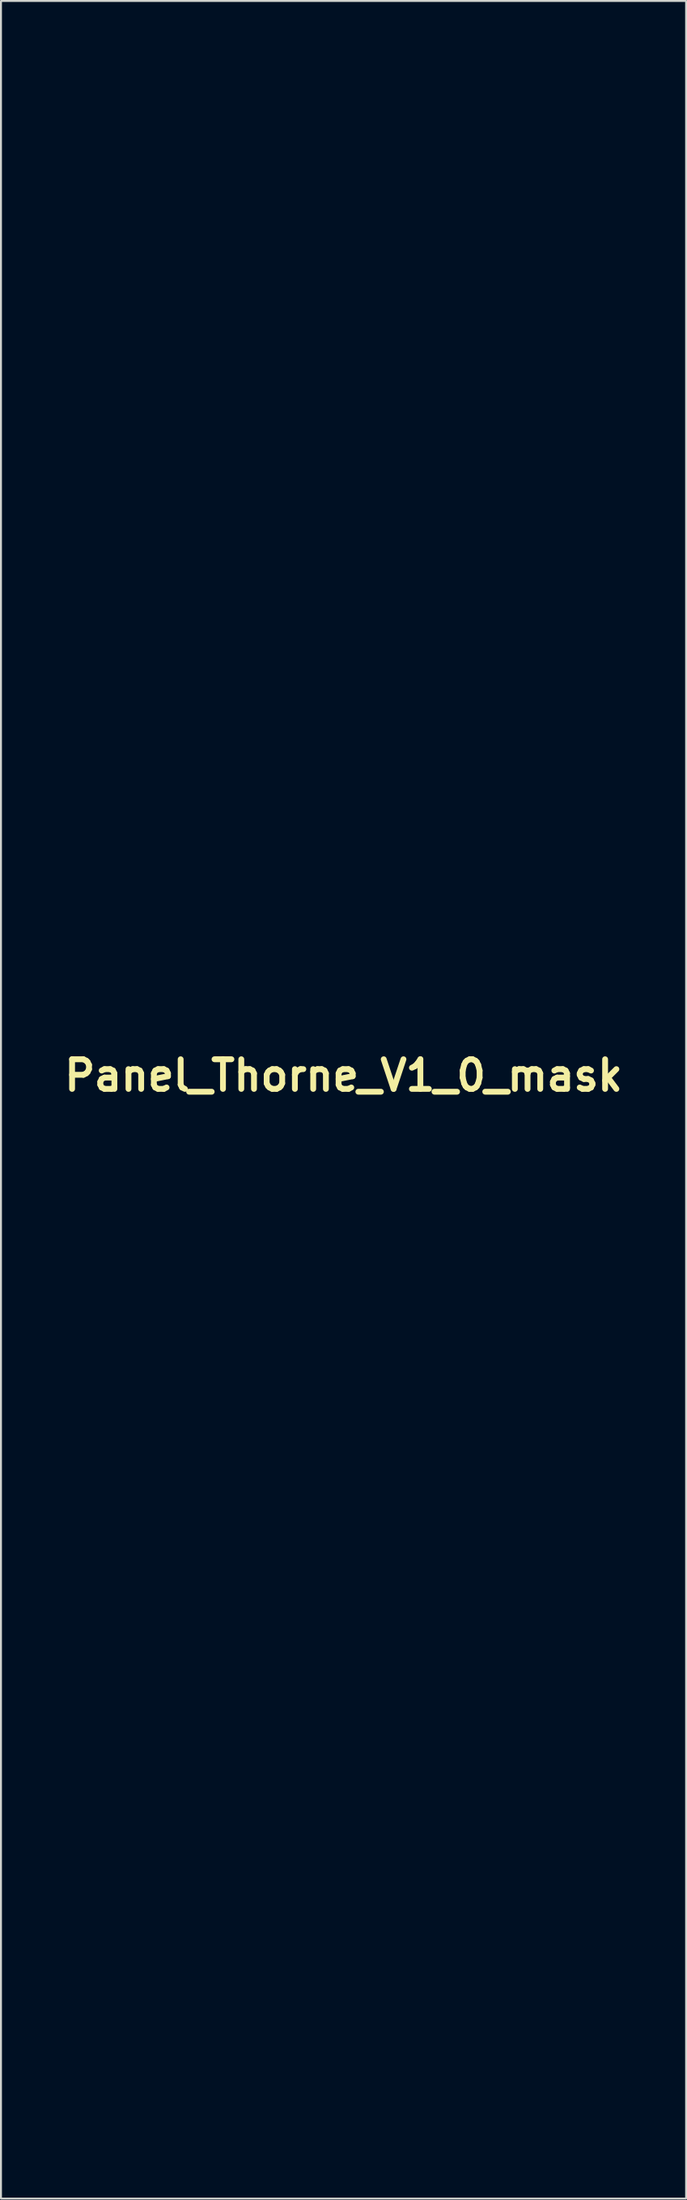
<source format=kicad_pcb>
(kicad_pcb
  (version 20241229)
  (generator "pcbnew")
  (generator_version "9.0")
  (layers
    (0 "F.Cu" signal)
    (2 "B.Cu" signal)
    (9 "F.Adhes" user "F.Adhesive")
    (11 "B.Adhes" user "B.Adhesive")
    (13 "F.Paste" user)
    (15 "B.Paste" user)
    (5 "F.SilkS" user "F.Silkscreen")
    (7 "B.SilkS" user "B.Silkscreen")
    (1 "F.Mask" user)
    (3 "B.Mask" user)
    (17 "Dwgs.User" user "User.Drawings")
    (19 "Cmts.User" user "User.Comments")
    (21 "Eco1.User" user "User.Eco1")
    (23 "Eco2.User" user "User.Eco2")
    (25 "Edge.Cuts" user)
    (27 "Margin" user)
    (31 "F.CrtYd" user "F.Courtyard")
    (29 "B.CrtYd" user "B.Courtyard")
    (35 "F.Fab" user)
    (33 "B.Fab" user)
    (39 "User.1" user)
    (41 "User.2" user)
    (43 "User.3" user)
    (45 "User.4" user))
  (footprint "Panel_Thorne_V1_0_mask"
    (layer "F.Cu")
    (at 14.63 52.244)
    (property "Reference" "Panel_Thorne_V1_0_mask" (at 0 0 0) (layer "F.SilkS") (effects (font (size 1.524 1.524) (thickness 0.3))))
    (attr through_hole)
    (fp_poly (pts (xy -4.487 7.324) (xy -6.435 7.324) (xy -6.435 7.07) (xy -4.487 7.07) (xy -4.487 7.324)) (stroke (width 0.01) (type solid)) (fill yes) (layer "F.Mask"))
    (fp_poly (pts (xy 0.028 -24.311) (xy 0.031 -24.289) (xy 0.038 -24.13) (xy 0.031 -23.971) (xy 0.023 -23.934) (xy 0.018 -23.973) (xy 0.014 -24.078) (xy 0.014 -24.13) (xy 0.016 -24.257) (xy 0.021 -24.321) (xy 0.028 -24.311)) (stroke (width 0.01) (type solid)) (fill yes) (layer "F.Mask"))
    (fp_poly (pts (xy 0.028 -23.549) (xy 0.031 -23.527) (xy 0.038 -23.368) (xy 0.031 -23.209) (xy 0.023 -23.172) (xy 0.018 -23.211) (xy 0.014 -23.316) (xy 0.014 -23.368) (xy 0.016 -23.495) (xy 0.021 -23.559) (xy 0.028 -23.549)) (stroke (width 0.01) (type solid)) (fill yes) (layer "F.Mask"))
    (fp_poly (pts (xy 0.07 -43.319) (xy 0.073 -43.296) (xy 0.08 -43.137) (xy 0.073 -42.979) (xy 0.066 -42.942) (xy 0.06 -42.98) (xy 0.057 -43.086) (xy 0.057 -43.138) (xy 0.058 -43.265) (xy 0.063 -43.328) (xy 0.07 -43.319)) (stroke (width 0.01) (type solid)) (fill yes) (layer "F.Mask"))
    (fp_poly (pts (xy 0.07 -42.557) (xy 0.073 -42.534) (xy 0.08 -42.375) (xy 0.073 -42.217) (xy 0.066 -42.18) (xy 0.06 -42.218) (xy 0.057 -42.324) (xy 0.057 -42.376) (xy 0.058 -42.503) (xy 0.063 -42.566) (xy 0.07 -42.557)) (stroke (width 0.01) (type solid)) (fill yes) (layer "F.Mask"))
    (fp_poly (pts (xy 0.071 13.667) (xy 0.073 13.685) (xy 0.08 13.835) (xy 0.073 13.977) (xy 0.073 13.982) (xy 0.065 14.011) (xy 0.059 13.965) (xy 0.056 13.855) (xy 0.056 13.822) (xy 0.058 13.702) (xy 0.064 13.647) (xy 0.071 13.667)) (stroke (width 0.01) (type solid)) (fill yes) (layer "F.Mask"))
    (fp_poly (pts (xy 0.071 14.387) (xy 0.073 14.405) (xy 0.08 14.554) (xy 0.073 14.696) (xy 0.073 14.701) (xy 0.065 14.73) (xy 0.059 14.685) (xy 0.056 14.575) (xy 0.056 14.541) (xy 0.058 14.421) (xy 0.064 14.367) (xy 0.071 14.387)) (stroke (width 0.01) (type solid)) (fill yes) (layer "F.Mask"))
    (fp_poly (pts (xy 0.064 -4.763) (xy 0.36 -4.738) (xy 0.656 -4.714) (xy 0.046 -4.699) (xy 0.031 -4.392) (xy 0.017 -4.085) (xy 0.008 -4.39) (xy 0 -4.695) (xy -0.286 -4.71) (xy -0.572 -4.725) (xy -0.286 -4.733) (xy 0 -4.741) (xy 0.015 -5.397) (xy 0.064 -4.763)) (stroke (width 0.01) (type solid)) (fill yes) (layer "F.Mask"))
    (fp_poly (pts (xy 0.317 14.152) (xy 0.495 14.154) (xy 0.596 14.159) (xy 0.618 14.166) (xy 0.559 14.174) (xy 0.418 14.184) (xy 0.296 14.19) (xy 0.099 14.193) (xy -0.125 14.188) (xy -0.275 14.179) (xy -0.362 14.169) (xy -0.371 14.162) (xy -0.299 14.157) (xy -0.146 14.153) (xy 0.064 14.152) (xy 0.317 14.152)) (stroke (width 0.01) (type solid)) (fill yes) (layer "F.Mask"))
    (fp_poly (pts (xy -6.9 -32.004) (xy -7.493 -32.004) (xy -7.493 -31.627) (xy -7.271 -31.615) (xy -7.141 -31.604) (xy -7.075 -31.583) (xy -7.051 -31.541) (xy -7.048 -31.496) (xy -7.056 -31.434) (xy -7.092 -31.4) (xy -7.177 -31.384) (xy -7.271 -31.377) (xy -7.493 -31.365) (xy -7.493 -30.734) (xy -7.749 -30.734) (xy -7.726 -32.237) (xy -6.9 -32.261) (xy -6.9 -32.004)) (stroke (width 0.01) (type solid)) (fill yes) (layer "F.Mask"))
    (fp_poly (pts (xy 0.278 -23.778) (xy 0.477 -23.775) (xy 0.598 -23.771) (xy 0.638 -23.766) (xy 0.597 -23.758) (xy 0.473 -23.75) (xy 0.275 -23.74) (xy 0.082 -23.737) (xy -0.149 -23.741) (xy -0.368 -23.751) (xy -0.381 -23.752) (xy -0.485 -23.76) (xy -0.512 -23.767) (xy -0.461 -23.772) (xy -0.33 -23.775) (xy -0.117 -23.777) (xy 0 -23.778) (xy 0.278 -23.778)) (stroke (width 0.01) (type solid)) (fill yes) (layer "F.Mask"))
    (fp_poly (pts (xy 0.32 -42.785) (xy 0.52 -42.783) (xy 0.64 -42.779) (xy 0.68 -42.773) (xy 0.639 -42.766) (xy 0.516 -42.758) (xy 0.318 -42.748) (xy 0.124 -42.745) (xy -0.106 -42.749) (xy -0.325 -42.759) (xy -0.339 -42.759) (xy -0.442 -42.768) (xy -0.47 -42.774) (xy -0.419 -42.779) (xy -0.288 -42.783) (xy -0.075 -42.785) (xy 0.042 -42.785) (xy 0.32 -42.785)) (stroke (width 0.01) (type solid)) (fill yes) (layer "F.Mask"))
    (fp_poly (pts (xy 3.177 41.121) (xy 3.289 41.178) (xy 3.377 41.251) (xy 3.535 41.395) (xy 3.535 42.594) (xy 3.377 42.739) (xy 3.254 42.834) (xy 3.141 42.877) (xy 3.048 42.884) (xy 2.919 42.868) (xy 2.807 42.811) (xy 2.719 42.739) (xy 2.561 42.594) (xy 2.561 41.395) (xy 2.719 41.251) (xy 2.842 41.155) (xy 2.955 41.113) (xy 3.048 41.106) (xy 3.177 41.121)) (stroke (width 0.01) (type solid)) (fill yes) (layer "F.Mask"))
    (fp_poly (pts (xy -4.751 -31.507) (xy -4.763 -30.755) (xy -4.889 -30.755) (xy -4.944 -30.76) (xy -4.993 -30.784) (xy -5.046 -30.837) (xy -5.114 -30.93) (xy -5.206 -31.077) (xy -5.313 -31.254) (xy -5.609 -31.754) (xy -5.652 -30.755) (xy -5.769 -30.742) (xy -5.886 -30.728) (xy -5.863 -32.237) (xy -5.736 -32.237) (xy -5.683 -32.232) (xy -5.635 -32.209) (xy -5.582 -32.158) (xy -5.515 -32.067) (xy -5.424 -31.926) (xy -5.301 -31.723) (xy -5.292 -31.708) (xy -4.974 -31.178) (xy -4.95 -32.258) (xy -4.739 -32.258) (xy -4.751 -31.507)) (stroke (width 0.01) (type solid)) (fill yes) (layer "F.Mask"))
    (fp_poly (pts (xy -3.683 -32.004) (xy -4.276 -32.004) (xy -4.276 -31.67) (xy -4.053 -31.657) (xy -3.924 -31.646) (xy -3.857 -31.625) (xy -3.834 -31.583) (xy -3.831 -31.538) (xy -3.838 -31.476) (xy -3.874 -31.443) (xy -3.96 -31.426) (xy -4.053 -31.42) (xy -4.276 -31.407) (xy -4.276 -30.988) (xy -3.683 -30.988) (xy -3.683 -30.734) (xy -4.086 -30.734) (xy -4.296 -30.738) (xy -4.43 -30.751) (xy -4.498 -30.773) (xy -4.511 -30.789) (xy -4.517 -30.848) (xy -4.521 -30.976) (xy -4.523 -31.158) (xy -4.522 -31.378) (xy -4.52 -31.54) (xy -4.508 -32.237) (xy -3.683 -32.261) (xy -3.683 -32.004)) (stroke (width 0.01) (type solid)) (fill yes) (layer "F.Mask"))
    (fp_poly (pts (xy 0.398 -30.585) (xy 0.676 -30.582) (xy 0.885 -30.576) (xy 1.031 -30.568) (xy 1.123 -30.556) (xy 1.168 -30.541) (xy 1.175 -30.533) (xy 1.163 -30.517) (xy 1.11 -30.504) (xy 1.009 -30.494) (xy 0.852 -30.487) (xy 0.631 -30.483) (xy 0.34 -30.481) (xy 0.042 -30.48) (xy -0.313 -30.481) (xy -0.591 -30.483) (xy -0.8 -30.488) (xy -0.946 -30.496) (xy -1.038 -30.506) (xy -1.083 -30.519) (xy -1.09 -30.533) (xy -1.065 -30.55) (xy -0.995 -30.563) (xy -0.875 -30.573) (xy -0.696 -30.58) (xy -0.451 -30.584) (xy -0.133 -30.586) (xy 0.042 -30.586) (xy 0.398 -30.585)) (stroke (width 0.01) (type solid)) (fill yes) (layer "F.Mask"))
    (fp_poly (pts (xy 0.44 -49.593) (xy 0.718 -49.589) (xy 0.927 -49.584) (xy 1.073 -49.576) (xy 1.165 -49.564) (xy 1.21 -49.549) (xy 1.217 -49.541) (xy 1.205 -49.524) (xy 1.152 -49.511) (xy 1.051 -49.502) (xy 0.894 -49.495) (xy 0.674 -49.49) (xy 0.382 -49.488) (xy 0.085 -49.488) (xy -0.271 -49.488) (xy -0.549 -49.491) (xy -0.758 -49.496) (xy -0.904 -49.503) (xy -0.996 -49.513) (xy -1.041 -49.527) (xy -1.048 -49.541) (xy -1.022 -49.557) (xy -0.953 -49.571) (xy -0.833 -49.58) (xy -0.654 -49.587) (xy -0.409 -49.591) (xy -0.09 -49.593) (xy 0.085 -49.593) (xy 0.44 -49.593)) (stroke (width 0.01) (type solid)) (fill yes) (layer "F.Mask"))
    (fp_poly (pts (xy -8.123 40.818) (xy -8.083 40.869) (xy -8.06 40.973) (xy -8.048 41.138) (xy -8.044 41.374) (xy -8.043 41.591) (xy -8.043 42.333) (xy -7.871 42.333) (xy -7.762 42.338) (xy -7.716 42.362) (xy -7.71 42.422) (xy -7.712 42.45) (xy -7.726 42.566) (xy -8.181 42.578) (xy -8.636 42.59) (xy -8.636 42.462) (xy -8.628 42.375) (xy -8.586 42.34) (xy -8.488 42.333) (xy -8.34 42.333) (xy -8.34 41.19) (xy -8.47 41.19) (xy -8.567 41.17) (xy -8.597 41.115) (xy -8.563 41.039) (xy -8.469 40.952) (xy -8.378 40.897) (xy -8.266 40.841) (xy -8.182 40.811) (xy -8.123 40.818)) (stroke (width 0.01) (type solid)) (fill yes) (layer "F.Mask"))
    (fp_poly (pts (xy -2.498 -51.223) (xy -3.09 -51.223) (xy -3.09 -50.889) (xy -2.868 -50.876) (xy -2.738 -50.865) (xy -2.672 -50.844) (xy -2.648 -50.802) (xy -2.646 -50.758) (xy -2.653 -50.695) (xy -2.689 -50.662) (xy -2.775 -50.646) (xy -2.868 -50.639) (xy -3.09 -50.626) (xy -3.09 -50.207) (xy -2.498 -50.207) (xy -2.498 -49.953) (xy -2.901 -49.953) (xy -3.11 -49.957) (xy -3.244 -49.97) (xy -3.313 -49.993) (xy -3.326 -50.008) (xy -3.332 -50.067) (xy -3.336 -50.195) (xy -3.338 -50.377) (xy -3.337 -50.597) (xy -3.335 -50.759) (xy -3.323 -51.456) (xy -2.91 -51.468) (xy -2.498 -51.48) (xy -2.498 -51.223)) (stroke (width 0.01) (type solid)) (fill yes) (layer "F.Mask"))
    (fp_poly (pts (xy 8.551 -13.039) (xy 7.959 -13.039) (xy 7.959 -12.704) (xy 8.181 -12.692) (xy 8.311 -12.681) (xy 8.377 -12.66) (xy 8.401 -12.618) (xy 8.403 -12.573) (xy 8.396 -12.511) (xy 8.36 -12.477) (xy 8.274 -12.461) (xy 8.181 -12.454) (xy 7.959 -12.442) (xy 7.959 -12.023) (xy 8.551 -12.023) (xy 8.551 -11.769) (xy 8.148 -11.769) (xy 7.939 -11.773) (xy 7.805 -11.785) (xy 7.736 -11.808) (xy 7.723 -11.823) (xy 7.717 -11.882) (xy 7.713 -12.01) (xy 7.711 -12.192) (xy 7.712 -12.412) (xy 7.714 -12.575) (xy 7.726 -13.271) (xy 8.139 -13.284) (xy 8.551 -13.296) (xy 8.551 -13.039)) (stroke (width 0.01) (type solid)) (fill yes) (layer "F.Mask"))
    (fp_poly (pts (xy -3.447 -35.644) (xy -3.182 -35.642) (xy -2.982 -35.638) (xy -2.841 -35.632) (xy -2.747 -35.623) (xy -2.694 -35.61) (xy -2.67 -35.593) (xy -2.667 -35.581) (xy -2.677 -35.562) (xy -2.711 -35.546) (xy -2.78 -35.535) (xy -2.892 -35.527) (xy -3.057 -35.522) (xy -3.284 -35.519) (xy -3.582 -35.518) (xy -3.761 -35.518) (xy -4.057 -35.519) (xy -4.325 -35.522) (xy -4.553 -35.526) (xy -4.729 -35.532) (xy -4.843 -35.539) (xy -4.882 -35.546) (xy -4.902 -35.575) (xy -4.89 -35.598) (xy -4.84 -35.615) (xy -4.743 -35.628) (xy -4.591 -35.636) (xy -4.377 -35.642) (xy -4.092 -35.644) (xy -3.789 -35.645) (xy -3.447 -35.644)) (stroke (width 0.01) (type solid)) (fill yes) (layer "F.Mask"))
    (fp_poly (pts (xy -3.019 -17.857) (xy -2.88 -17.852) (xy -2.789 -17.844) (xy -2.736 -17.832) (xy -2.713 -17.815) (xy -2.709 -17.802) (xy -2.718 -17.782) (xy -2.752 -17.767) (xy -2.818 -17.756) (xy -2.927 -17.748) (xy -3.087 -17.742) (xy -3.307 -17.739) (xy -3.597 -17.738) (xy -3.835 -17.738) (xy -4.186 -17.738) (xy -4.46 -17.741) (xy -4.665 -17.746) (xy -4.807 -17.754) (xy -4.896 -17.764) (xy -4.937 -17.778) (xy -4.942 -17.791) (xy -4.916 -17.808) (xy -4.843 -17.822) (xy -4.718 -17.833) (xy -4.532 -17.842) (xy -4.279 -17.848) (xy -3.951 -17.853) (xy -3.817 -17.855) (xy -3.479 -17.858) (xy -3.216 -17.859) (xy -3.019 -17.857)) (stroke (width 0.01) (type solid)) (fill yes) (layer "F.Mask"))
    (fp_poly (pts (xy -2.977 -36.864) (xy -2.838 -36.86) (xy -2.746 -36.851) (xy -2.694 -36.839) (xy -2.67 -36.823) (xy -2.667 -36.81) (xy -2.676 -36.79) (xy -2.709 -36.775) (xy -2.776 -36.763) (xy -2.884 -36.755) (xy -3.045 -36.75) (xy -3.265 -36.747) (xy -3.555 -36.746) (xy -3.792 -36.745) (xy -4.144 -36.746) (xy -4.418 -36.749) (xy -4.622 -36.754) (xy -4.765 -36.761) (xy -4.853 -36.772) (xy -4.895 -36.786) (xy -4.9 -36.798) (xy -4.873 -36.815) (xy -4.801 -36.829) (xy -4.675 -36.841) (xy -4.49 -36.849) (xy -4.236 -36.856) (xy -3.908 -36.861) (xy -3.775 -36.862) (xy -3.436 -36.865) (xy -3.174 -36.866) (xy -2.977 -36.864)) (stroke (width 0.01) (type solid)) (fill yes) (layer "F.Mask"))
    (fp_poly (pts (xy 0.066 -32.206) (xy 0.404 -32.202) (xy 0.666 -32.197) (xy 0.862 -32.191) (xy 1 -32.183) (xy 1.09 -32.172) (xy 1.141 -32.158) (xy 1.162 -32.141) (xy 1.164 -32.131) (xy 1.154 -32.111) (xy 1.119 -32.096) (xy 1.049 -32.084) (xy 0.934 -32.075) (xy 0.767 -32.068) (xy 0.538 -32.063) (xy 0.239 -32.058) (xy 0.056 -32.056) (xy -0.323 -32.054) (xy -0.62 -32.055) (xy -0.841 -32.06) (xy -0.988 -32.07) (xy -1.067 -32.083) (xy -1.081 -32.092) (xy -1.095 -32.128) (xy -1.079 -32.157) (xy -1.026 -32.179) (xy -0.928 -32.194) (xy -0.776 -32.203) (xy -0.564 -32.208) (xy -0.283 -32.208) (xy 0.066 -32.206)) (stroke (width 0.01) (type solid)) (fill yes) (layer "F.Mask"))
    (fp_poly (pts (xy 0.109 -51.213) (xy 0.446 -51.209) (xy 0.709 -51.205) (xy 0.904 -51.199) (xy 1.043 -51.191) (xy 1.133 -51.18) (xy 1.184 -51.166) (xy 1.205 -51.148) (xy 1.206 -51.139) (xy 1.197 -51.119) (xy 1.161 -51.104) (xy 1.091 -51.092) (xy 0.977 -51.082) (xy 0.81 -51.075) (xy 0.581 -51.07) (xy 0.281 -51.066) (xy 0.098 -51.064) (xy -0.28 -51.061) (xy -0.578 -51.063) (xy -0.799 -51.068) (xy -0.946 -51.077) (xy -1.024 -51.091) (xy -1.039 -51.099) (xy -1.052 -51.136) (xy -1.037 -51.165) (xy -0.983 -51.186) (xy -0.885 -51.202) (xy -0.734 -51.211) (xy -0.522 -51.216) (xy -0.24 -51.216) (xy 0.109 -51.213)) (stroke (width 0.01) (type solid)) (fill yes) (layer "F.Mask"))
    (fp_poly (pts (xy -4.701 40.739) (xy -4.595 40.774) (xy -4.535 40.809) (xy -4.53 40.818) (xy -4.556 40.857) (xy -4.629 40.955) (xy -4.745 41.104) (xy -4.898 41.296) (xy -5.082 41.526) (xy -5.29 41.785) (xy -5.518 42.067) (xy -5.598 42.164) (xy -5.892 42.524) (xy -6.137 42.819) (xy -6.337 43.056) (xy -6.494 43.235) (xy -6.612 43.363) (xy -6.694 43.441) (xy -6.743 43.473) (xy -6.751 43.474) (xy -6.853 43.456) (xy -6.954 43.422) (xy -7.071 43.37) (xy -6.157 42.249) (xy -5.932 41.973) (xy -5.716 41.708) (xy -5.516 41.465) (xy -5.342 41.252) (xy -5.2 41.08) (xy -5.098 40.958) (xy -5.058 40.91) (xy -4.873 40.693) (xy -4.701 40.739)) (stroke (width 0.01) (type solid)) (fill yes) (layer "F.Mask"))
    (fp_poly (pts (xy -3.49 -17.441) (xy -3.224 -17.439) (xy -3.025 -17.435) (xy -2.883 -17.429) (xy -2.79 -17.419) (xy -2.736 -17.407) (xy -2.713 -17.39) (xy -2.709 -17.378) (xy -2.719 -17.359) (xy -2.753 -17.343) (xy -2.821 -17.332) (xy -2.933 -17.324) (xy -3.096 -17.319) (xy -3.32 -17.316) (xy -3.615 -17.315) (xy -3.831 -17.314) (xy -4.173 -17.315) (xy -4.438 -17.317) (xy -4.638 -17.321) (xy -4.779 -17.327) (xy -4.873 -17.336) (xy -4.926 -17.349) (xy -4.95 -17.366) (xy -4.953 -17.378) (xy -4.944 -17.397) (xy -4.909 -17.412) (xy -4.841 -17.423) (xy -4.73 -17.432) (xy -4.566 -17.437) (xy -4.342 -17.44) (xy -4.047 -17.441) (xy -3.831 -17.441) (xy -3.49 -17.441)) (stroke (width 0.01) (type solid)) (fill yes) (layer "F.Mask"))
    (fp_poly (pts (xy -3.49 -17.06) (xy -3.224 -17.058) (xy -3.025 -17.054) (xy -2.883 -17.048) (xy -2.79 -17.038) (xy -2.736 -17.026) (xy -2.713 -17.009) (xy -2.709 -16.997) (xy -2.719 -16.978) (xy -2.753 -16.962) (xy -2.821 -16.951) (xy -2.933 -16.943) (xy -3.096 -16.938) (xy -3.32 -16.935) (xy -3.615 -16.934) (xy -3.831 -16.933) (xy -4.173 -16.934) (xy -4.438 -16.936) (xy -4.638 -16.94) (xy -4.779 -16.946) (xy -4.873 -16.955) (xy -4.926 -16.968) (xy -4.95 -16.985) (xy -4.953 -16.997) (xy -4.944 -17.016) (xy -4.909 -17.031) (xy -4.841 -17.042) (xy -4.73 -17.051) (xy -4.566 -17.056) (xy -4.342 -17.059) (xy -4.047 -17.06) (xy -3.831 -17.06) (xy -3.49 -17.06)) (stroke (width 0.01) (type solid)) (fill yes) (layer "F.Mask"))
    (fp_poly (pts (xy -3.49 -16.255) (xy -3.224 -16.254) (xy -3.025 -16.25) (xy -2.883 -16.243) (xy -2.79 -16.234) (xy -2.736 -16.221) (xy -2.713 -16.205) (xy -2.709 -16.192) (xy -2.719 -16.173) (xy -2.753 -16.158) (xy -2.821 -16.147) (xy -2.933 -16.139) (xy -3.096 -16.134) (xy -3.32 -16.131) (xy -3.615 -16.129) (xy -3.831 -16.129) (xy -4.173 -16.13) (xy -4.438 -16.131) (xy -4.638 -16.135) (xy -4.779 -16.142) (xy -4.873 -16.151) (xy -4.926 -16.164) (xy -4.95 -16.18) (xy -4.953 -16.192) (xy -4.944 -16.212) (xy -4.909 -16.227) (xy -4.841 -16.238) (xy -4.73 -16.246) (xy -4.566 -16.251) (xy -4.342 -16.254) (xy -4.047 -16.256) (xy -3.831 -16.256) (xy -3.49 -16.255)) (stroke (width 0.01) (type solid)) (fill yes) (layer "F.Mask"))
    (fp_poly (pts (xy -3.447 -36.448) (xy -3.182 -36.447) (xy -2.982 -36.443) (xy -2.841 -36.436) (xy -2.747 -36.427) (xy -2.694 -36.414) (xy -2.67 -36.398) (xy -2.667 -36.386) (xy -2.676 -36.366) (xy -2.711 -36.351) (xy -2.779 -36.34) (xy -2.89 -36.332) (xy -3.054 -36.327) (xy -3.278 -36.324) (xy -3.573 -36.322) (xy -3.789 -36.322) (xy -4.13 -36.323) (xy -4.396 -36.324) (xy -4.595 -36.328) (xy -4.737 -36.335) (xy -4.83 -36.344) (xy -4.884 -36.357) (xy -4.907 -36.373) (xy -4.911 -36.386) (xy -4.901 -36.405) (xy -4.867 -36.42) (xy -4.799 -36.431) (xy -4.687 -36.439) (xy -4.524 -36.444) (xy -4.3 -36.447) (xy -4.005 -36.449) (xy -3.789 -36.449) (xy -3.447 -36.448)) (stroke (width 0.01) (type solid)) (fill yes) (layer "F.Mask"))
    (fp_poly (pts (xy -3.447 -36.067) (xy -3.182 -36.066) (xy -2.982 -36.062) (xy -2.841 -36.055) (xy -2.747 -36.046) (xy -2.694 -36.033) (xy -2.67 -36.017) (xy -2.667 -36.005) (xy -2.676 -35.985) (xy -2.711 -35.97) (xy -2.779 -35.959) (xy -2.89 -35.951) (xy -3.054 -35.946) (xy -3.278 -35.943) (xy -3.573 -35.941) (xy -3.789 -35.941) (xy -4.13 -35.942) (xy -4.396 -35.943) (xy -4.595 -35.947) (xy -4.737 -35.954) (xy -4.83 -35.963) (xy -4.884 -35.976) (xy -4.907 -35.992) (xy -4.911 -36.005) (xy -4.901 -36.024) (xy -4.867 -36.039) (xy -4.799 -36.05) (xy -4.687 -36.058) (xy -4.524 -36.063) (xy -4.3 -36.066) (xy -4.005 -36.068) (xy -3.789 -36.068) (xy -3.447 -36.067)) (stroke (width 0.01) (type solid)) (fill yes) (layer "F.Mask"))
    (fp_poly (pts (xy 0.363 -31.792) (xy 0.628 -31.79) (xy 0.828 -31.786) (xy 0.969 -31.78) (xy 1.063 -31.77) (xy 1.116 -31.758) (xy 1.14 -31.741) (xy 1.143 -31.729) (xy 1.134 -31.71) (xy 1.099 -31.694) (xy 1.031 -31.683) (xy 0.92 -31.675) (xy 0.756 -31.67) (xy 0.532 -31.667) (xy 0.237 -31.666) (xy 0.021 -31.665) (xy -0.32 -31.666) (xy -0.586 -31.668) (xy -0.785 -31.672) (xy -0.927 -31.678) (xy -1.02 -31.687) (xy -1.074 -31.7) (xy -1.097 -31.717) (xy -1.101 -31.729) (xy -1.091 -31.748) (xy -1.057 -31.763) (xy -0.989 -31.774) (xy -0.877 -31.783) (xy -0.714 -31.788) (xy -0.49 -31.791) (xy -0.195 -31.792) (xy 0.021 -31.792) (xy 0.363 -31.792)) (stroke (width 0.01) (type solid)) (fill yes) (layer "F.Mask"))
    (fp_poly (pts (xy 0.363 -30.987) (xy 0.628 -30.986) (xy 0.828 -30.982) (xy 0.969 -30.975) (xy 1.063 -30.966) (xy 1.116 -30.953) (xy 1.14 -30.937) (xy 1.143 -30.924) (xy 1.134 -30.905) (xy 1.099 -30.89) (xy 1.031 -30.879) (xy 0.92 -30.871) (xy 0.756 -30.866) (xy 0.532 -30.863) (xy 0.237 -30.861) (xy 0.021 -30.861) (xy -0.32 -30.862) (xy -0.586 -30.863) (xy -0.785 -30.867) (xy -0.927 -30.874) (xy -1.02 -30.883) (xy -1.074 -30.896) (xy -1.097 -30.912) (xy -1.101 -30.924) (xy -1.091 -30.944) (xy -1.057 -30.959) (xy -0.989 -30.97) (xy -0.877 -30.978) (xy -0.714 -30.983) (xy -0.49 -30.986) (xy -0.195 -30.988) (xy 0.021 -30.988) (xy 0.363 -30.987)) (stroke (width 0.01) (type solid)) (fill yes) (layer "F.Mask"))
    (fp_poly (pts (xy 0.405 -50.799) (xy 0.671 -50.798) (xy 0.87 -50.794) (xy 1.012 -50.787) (xy 1.105 -50.778) (xy 1.159 -50.765) (xy 1.182 -50.749) (xy 1.185 -50.736) (xy 1.176 -50.717) (xy 1.142 -50.702) (xy 1.073 -50.691) (xy 0.962 -50.683) (xy 0.799 -50.678) (xy 0.574 -50.675) (xy 0.28 -50.673) (xy 0.064 -50.673) (xy -0.278 -50.674) (xy -0.544 -50.675) (xy -0.743 -50.679) (xy -0.885 -50.686) (xy -0.978 -50.695) (xy -1.032 -50.708) (xy -1.055 -50.724) (xy -1.058 -50.736) (xy -1.049 -50.756) (xy -1.015 -50.771) (xy -0.946 -50.782) (xy -0.835 -50.79) (xy -0.672 -50.795) (xy -0.447 -50.798) (xy -0.153 -50.8) (xy 0.064 -50.8) (xy 0.405 -50.799)) (stroke (width 0.01) (type solid)) (fill yes) (layer "F.Mask"))
    (fp_poly (pts (xy 0.405 -49.995) (xy 0.671 -49.993) (xy 0.87 -49.989) (xy 1.012 -49.983) (xy 1.105 -49.974) (xy 1.159 -49.961) (xy 1.182 -49.944) (xy 1.185 -49.932) (xy 1.176 -49.913) (xy 1.142 -49.898) (xy 1.073 -49.887) (xy 0.962 -49.878) (xy 0.799 -49.873) (xy 0.574 -49.87) (xy 0.28 -49.869) (xy 0.064 -49.869) (xy -0.278 -49.869) (xy -0.544 -49.871) (xy -0.743 -49.875) (xy -0.885 -49.881) (xy -0.978 -49.891) (xy -1.032 -49.903) (xy -1.055 -49.92) (xy -1.058 -49.932) (xy -1.049 -49.951) (xy -1.015 -49.967) (xy -0.946 -49.978) (xy -0.835 -49.986) (xy -0.672 -49.991) (xy -0.447 -49.994) (xy -0.153 -49.995) (xy 0.064 -49.996) (xy 0.405 -49.995)) (stroke (width 0.01) (type solid)) (fill yes) (layer "F.Mask"))
    (fp_poly (pts (xy 4.257 -17.652) (xy 4.523 -17.651) (xy 4.722 -17.647) (xy 4.864 -17.64) (xy 4.957 -17.631) (xy 5.011 -17.618) (xy 5.034 -17.602) (xy 5.038 -17.59) (xy 5.028 -17.57) (xy 4.994 -17.555) (xy 4.926 -17.544) (xy 4.814 -17.536) (xy 4.651 -17.531) (xy 4.427 -17.528) (xy 4.132 -17.526) (xy 3.916 -17.526) (xy 3.574 -17.527) (xy 3.309 -17.528) (xy 3.109 -17.532) (xy 2.968 -17.539) (xy 2.874 -17.548) (xy 2.821 -17.561) (xy 2.797 -17.577) (xy 2.794 -17.59) (xy 2.803 -17.609) (xy 2.838 -17.624) (xy 2.906 -17.635) (xy 3.017 -17.643) (xy 3.181 -17.648) (xy 3.405 -17.651) (xy 3.7 -17.653) (xy 3.916 -17.653) (xy 4.257 -17.652)) (stroke (width 0.01) (type solid)) (fill yes) (layer "F.Mask"))
    (fp_poly (pts (xy 4.257 -16.848) (xy 4.523 -16.846) (xy 4.722 -16.842) (xy 4.864 -16.836) (xy 4.957 -16.827) (xy 5.011 -16.814) (xy 5.034 -16.797) (xy 5.038 -16.785) (xy 5.028 -16.766) (xy 4.994 -16.751) (xy 4.926 -16.74) (xy 4.814 -16.731) (xy 4.651 -16.726) (xy 4.427 -16.723) (xy 4.132 -16.722) (xy 3.916 -16.722) (xy 3.574 -16.722) (xy 3.309 -16.724) (xy 3.109 -16.728) (xy 2.968 -16.734) (xy 2.874 -16.744) (xy 2.821 -16.756) (xy 2.797 -16.773) (xy 2.794 -16.785) (xy 2.803 -16.804) (xy 2.838 -16.82) (xy 2.906 -16.831) (xy 3.017 -16.839) (xy 3.181 -16.844) (xy 3.405 -16.847) (xy 3.7 -16.848) (xy 3.916 -16.849) (xy 4.257 -16.848)) (stroke (width 0.01) (type solid)) (fill yes) (layer "F.Mask"))
    (fp_poly (pts (xy 4.257 -16.425) (xy 4.523 -16.423) (xy 4.722 -16.419) (xy 4.864 -16.413) (xy 4.957 -16.403) (xy 5.011 -16.391) (xy 5.034 -16.374) (xy 5.038 -16.362) (xy 5.028 -16.343) (xy 4.994 -16.327) (xy 4.926 -16.316) (xy 4.814 -16.308) (xy 4.651 -16.303) (xy 4.427 -16.3) (xy 4.132 -16.299) (xy 3.916 -16.298) (xy 3.574 -16.299) (xy 3.309 -16.301) (xy 3.109 -16.305) (xy 2.968 -16.311) (xy 2.874 -16.32) (xy 2.821 -16.333) (xy 2.797 -16.35) (xy 2.794 -16.362) (xy 2.803 -16.381) (xy 2.838 -16.396) (xy 2.906 -16.407) (xy 3.017 -16.416) (xy 3.181 -16.421) (xy 3.405 -16.424) (xy 3.7 -16.425) (xy 3.916 -16.425) (xy 4.257 -16.425)) (stroke (width 0.01) (type solid)) (fill yes) (layer "F.Mask"))
    (fp_poly (pts (xy 4.257 -16.044) (xy 4.523 -16.042) (xy 4.722 -16.038) (xy 4.864 -16.032) (xy 4.957 -16.022) (xy 5.011 -16.01) (xy 5.034 -15.993) (xy 5.038 -15.981) (xy 5.028 -15.962) (xy 4.994 -15.946) (xy 4.926 -15.935) (xy 4.814 -15.927) (xy 4.651 -15.922) (xy 4.427 -15.919) (xy 4.132 -15.918) (xy 3.916 -15.917) (xy 3.574 -15.918) (xy 3.309 -15.92) (xy 3.109 -15.924) (xy 2.968 -15.93) (xy 2.874 -15.939) (xy 2.821 -15.952) (xy 2.797 -15.969) (xy 2.794 -15.981) (xy 2.803 -16) (xy 2.838 -16.015) (xy 2.906 -16.026) (xy 3.017 -16.035) (xy 3.181 -16.04) (xy 3.405 -16.043) (xy 3.7 -16.044) (xy 3.916 -16.044) (xy 4.257 -16.044)) (stroke (width 0.01) (type solid)) (fill yes) (layer "F.Mask"))
    (fp_poly (pts (xy 4.3 -36.237) (xy 4.565 -36.235) (xy 4.765 -36.231) (xy 4.906 -36.225) (xy 5 -36.215) (xy 5.053 -36.203) (xy 5.077 -36.186) (xy 5.08 -36.174) (xy 5.071 -36.155) (xy 5.036 -36.139) (xy 4.968 -36.128) (xy 4.857 -36.12) (xy 4.693 -36.115) (xy 4.469 -36.112) (xy 4.174 -36.111) (xy 3.958 -36.11) (xy 3.617 -36.111) (xy 3.351 -36.113) (xy 3.152 -36.117) (xy 3.01 -36.123) (xy 2.917 -36.132) (xy 2.863 -36.145) (xy 2.84 -36.162) (xy 2.836 -36.174) (xy 2.846 -36.193) (xy 2.88 -36.208) (xy 2.948 -36.219) (xy 3.06 -36.228) (xy 3.223 -36.233) (xy 3.447 -36.236) (xy 3.742 -36.237) (xy 3.958 -36.237) (xy 4.3 -36.237)) (stroke (width 0.01) (type solid)) (fill yes) (layer "F.Mask"))
    (fp_poly (pts (xy 4.3 -35.856) (xy 4.565 -35.854) (xy 4.765 -35.85) (xy 4.906 -35.844) (xy 5 -35.834) (xy 5.053 -35.822) (xy 5.077 -35.805) (xy 5.08 -35.793) (xy 5.071 -35.774) (xy 5.036 -35.758) (xy 4.968 -35.747) (xy 4.857 -35.739) (xy 4.693 -35.734) (xy 4.469 -35.731) (xy 4.174 -35.73) (xy 3.958 -35.729) (xy 3.617 -35.73) (xy 3.351 -35.732) (xy 3.152 -35.736) (xy 3.01 -35.742) (xy 2.917 -35.751) (xy 2.863 -35.764) (xy 2.84 -35.781) (xy 2.836 -35.793) (xy 2.846 -35.812) (xy 2.88 -35.827) (xy 2.948 -35.838) (xy 3.06 -35.847) (xy 3.223 -35.852) (xy 3.447 -35.855) (xy 3.742 -35.856) (xy 3.958 -35.856) (xy 4.3 -35.856)) (stroke (width 0.01) (type solid)) (fill yes) (layer "F.Mask"))
    (fp_poly (pts (xy 4.3 -35.432) (xy 4.565 -35.431) (xy 4.765 -35.427) (xy 4.906 -35.42) (xy 5 -35.411) (xy 5.053 -35.398) (xy 5.077 -35.382) (xy 5.08 -35.37) (xy 5.071 -35.35) (xy 5.036 -35.335) (xy 4.968 -35.324) (xy 4.857 -35.316) (xy 4.693 -35.311) (xy 4.469 -35.308) (xy 4.174 -35.306) (xy 3.958 -35.306) (xy 3.617 -35.307) (xy 3.351 -35.308) (xy 3.152 -35.312) (xy 3.01 -35.319) (xy 2.917 -35.328) (xy 2.863 -35.341) (xy 2.84 -35.357) (xy 2.836 -35.37) (xy 2.846 -35.389) (xy 2.88 -35.404) (xy 2.948 -35.415) (xy 3.06 -35.423) (xy 3.223 -35.428) (xy 3.447 -35.431) (xy 3.742 -35.433) (xy 3.958 -35.433) (xy 4.3 -35.432)) (stroke (width 0.01) (type solid)) (fill yes) (layer "F.Mask"))
    (fp_poly (pts (xy 4.3 -35.051) (xy 4.565 -35.05) (xy 4.765 -35.046) (xy 4.906 -35.039) (xy 5 -35.03) (xy 5.053 -35.017) (xy 5.077 -35.001) (xy 5.08 -34.989) (xy 5.071 -34.969) (xy 5.036 -34.954) (xy 4.968 -34.943) (xy 4.857 -34.935) (xy 4.693 -34.93) (xy 4.469 -34.927) (xy 4.174 -34.925) (xy 3.958 -34.925) (xy 3.617 -34.926) (xy 3.351 -34.927) (xy 3.152 -34.931) (xy 3.01 -34.938) (xy 2.917 -34.947) (xy 2.863 -34.96) (xy 2.84 -34.976) (xy 2.836 -34.989) (xy 2.846 -35.008) (xy 2.88 -35.023) (xy 2.948 -35.034) (xy 3.06 -35.042) (xy 3.223 -35.047) (xy 3.447 -35.05) (xy 3.742 -35.052) (xy 3.958 -35.052) (xy 4.3 -35.051)) (stroke (width 0.01) (type solid)) (fill yes) (layer "F.Mask"))
    (fp_poly (pts (xy 6.425 31.401) (xy 6.413 32.406) (xy 6.244 32.419) (xy 6.075 32.431) (xy 5.651 31.72) (xy 5.228 31.009) (xy 5.217 31.718) (xy 5.205 32.427) (xy 4.909 32.427) (xy 4.92 31.422) (xy 4.932 30.416) (xy 5.09 30.403) (xy 5.176 30.401) (xy 5.238 30.42) (xy 5.296 30.476) (xy 5.37 30.584) (xy 5.408 30.643) (xy 5.495 30.785) (xy 5.608 30.975) (xy 5.73 31.184) (xy 5.821 31.343) (xy 5.921 31.515) (xy 6.008 31.657) (xy 6.073 31.754) (xy 6.106 31.791) (xy 6.107 31.791) (xy 6.117 31.752) (xy 6.126 31.641) (xy 6.133 31.474) (xy 6.137 31.264) (xy 6.138 31.094) (xy 6.138 30.395) (xy 6.436 30.395) (xy 6.425 31.401)) (stroke (width 0.01) (type solid)) (fill yes) (layer "F.Mask"))
    (fp_poly (pts (xy -0.042 28.236) (xy -1.016 28.236) (xy -1.016 28.914) (xy -0.249 28.914) (xy -0.275 29.273) (xy -1.016 29.298) (xy -1.016 30.014) (xy -0.042 30.014) (xy -0.042 30.395) (xy -0.69 30.395) (xy -0.98 30.392) (xy -1.189 30.383) (xy -1.324 30.368) (xy -1.387 30.346) (xy -1.389 30.345) (xy -1.404 30.287) (xy -1.418 30.159) (xy -1.428 29.972) (xy -1.436 29.742) (xy -1.441 29.481) (xy -1.443 29.203) (xy -1.442 28.921) (xy -1.439 28.649) (xy -1.433 28.4) (xy -1.424 28.188) (xy -1.412 28.026) (xy -1.398 27.928) (xy -1.389 27.906) (xy -1.329 27.884) (xy -1.198 27.868) (xy -0.993 27.859) (xy -0.707 27.855) (xy -0.69 27.855) (xy -0.042 27.855) (xy -0.042 28.236)) (stroke (width 0.01) (type solid)) (fill yes) (layer "F.Mask"))
    (fp_poly (pts (xy 5.34 6.165) (xy 5.372 6.184) (xy 5.39 6.236) (xy 5.401 6.335) (xy 5.407 6.499) (xy 5.41 6.573) (xy 5.422 6.985) (xy 6.265 6.985) (xy 6.265 7.239) (xy 5.419 7.239) (xy 5.419 7.662) (xy 5.418 7.854) (xy 5.413 7.977) (xy 5.401 8.047) (xy 5.377 8.077) (xy 5.339 8.085) (xy 5.32 8.086) (xy 5.231 8.075) (xy 5.193 8.057) (xy 5.181 8.005) (xy 5.171 7.889) (xy 5.165 7.728) (xy 5.165 7.634) (xy 5.165 7.239) (xy 4.318 7.239) (xy 4.318 6.985) (xy 5.162 6.985) (xy 5.174 6.573) (xy 5.18 6.384) (xy 5.189 6.264) (xy 5.204 6.198) (xy 5.23 6.169) (xy 5.272 6.162) (xy 5.292 6.162) (xy 5.34 6.165)) (stroke (width 0.01) (type solid)) (fill yes) (layer "F.Mask"))
    (fp_poly (pts (xy -6.267 -32.257) (xy -6.166 -32.25) (xy -6.116 -32.232) (xy -6.098 -32.197) (xy -6.096 -32.152) (xy -6.113 -32.072) (xy -6.182 -32.047) (xy -6.202 -32.046) (xy -6.308 -32.046) (xy -6.308 -30.946) (xy -6.202 -30.946) (xy -6.121 -30.928) (xy -6.096 -30.859) (xy -6.096 -30.84) (xy -6.1 -30.787) (xy -6.122 -30.756) (xy -6.18 -30.74) (xy -6.292 -30.735) (xy -6.435 -30.734) (xy -6.603 -30.735) (xy -6.703 -30.742) (xy -6.754 -30.76) (xy -6.771 -30.795) (xy -6.773 -30.84) (xy -6.756 -30.92) (xy -6.687 -30.945) (xy -6.668 -30.946) (xy -6.562 -30.946) (xy -6.562 -32.046) (xy -6.668 -32.046) (xy -6.748 -32.064) (xy -6.773 -32.133) (xy -6.773 -32.152) (xy -6.77 -32.205) (xy -6.747 -32.236) (xy -6.689 -32.252) (xy -6.577 -32.257) (xy -6.435 -32.258) (xy -6.267 -32.257)) (stroke (width 0.01) (type solid)) (fill yes) (layer "F.Mask"))
    (fp_poly (pts (xy -4.526 19.99) (xy -4.483 20.04) (xy -4.446 20.144) (xy -4.436 20.192) (xy -4.414 20.306) (xy -4.394 20.38) (xy -4.388 20.391) (xy -4.343 20.386) (xy -4.252 20.351) (xy -4.221 20.337) (xy -4.088 20.293) (xy -3.994 20.298) (xy -3.963 20.322) (xy -3.988 20.355) (xy -4.079 20.405) (xy -4.143 20.436) (xy -4.371 20.542) (xy -4.343 20.812) (xy -4.335 20.969) (xy -4.348 21.063) (xy -4.377 21.087) (xy -4.419 21.035) (xy -4.446 20.973) (xy -4.478 20.845) (xy -4.487 20.741) (xy -4.503 20.648) (xy -4.557 20.622) (xy -4.659 20.658) (xy -4.699 20.68) (xy -4.819 20.728) (xy -4.931 20.74) (xy -5.006 20.715) (xy -5.013 20.706) (xy -4.989 20.673) (xy -4.904 20.625) (xy -4.782 20.573) (xy -4.527 20.478) (xy -4.555 20.224) (xy -4.568 20.082) (xy -4.564 20.008) (xy -4.541 19.987) (xy -4.526 19.99)) (stroke (width 0.01) (type solid)) (fill yes) (layer "F.Mask"))
    (fp_poly (pts (xy 0.309 -50.568) (xy 0.455 -50.533) (xy 0.556 -50.481) (xy 0.593 -50.416) (xy 0.632 -50.394) (xy 0.741 -50.382) (xy 0.89 -50.381) (xy 1.069 -50.382) (xy 1.175 -50.372) (xy 1.219 -50.347) (xy 1.214 -50.305) (xy 1.207 -50.293) (xy 1.148 -50.267) (xy 1.021 -50.254) (xy 0.889 -50.254) (xy 0.721 -50.254) (xy 0.608 -50.237) (xy 0.524 -50.199) (xy 0.485 -50.171) (xy 0.348 -50.107) (xy 0.163 -50.077) (xy -0.039 -50.082) (xy -0.228 -50.121) (xy -0.338 -50.171) (xy -0.477 -50.232) (xy -0.656 -50.261) (xy -0.761 -50.266) (xy -0.917 -50.273) (xy -1.003 -50.29) (xy -1.036 -50.322) (xy -1.037 -50.334) (xy -1.017 -50.371) (xy -0.946 -50.394) (xy -0.811 -50.407) (xy -0.749 -50.41) (xy -0.502 -50.44) (xy -0.33 -50.503) (xy -0.326 -50.505) (xy -0.199 -50.556) (xy -0.038 -50.582) (xy 0.138 -50.585) (xy 0.309 -50.568)) (stroke (width 0.01) (type solid)) (fill yes) (layer "F.Mask"))
    (fp_poly (pts (xy -8.032 11.623) (xy -7.966 11.728) (xy -7.945 11.775) (xy -7.878 11.945) (xy -7.734 11.836) (xy -7.622 11.765) (xy -7.525 11.729) (xy -7.463 11.732) (xy -7.452 11.758) (xy -7.484 11.799) (xy -7.565 11.871) (xy -7.639 11.93) (xy -7.825 12.07) (xy -7.722 12.301) (xy -7.661 12.443) (xy -7.63 12.524) (xy -7.63 12.562) (xy -7.656 12.572) (xy -7.685 12.573) (xy -7.74 12.537) (xy -7.803 12.442) (xy -7.832 12.383) (xy -7.884 12.272) (xy -7.926 12.204) (xy -7.94 12.192) (xy -7.987 12.216) (xy -8.074 12.277) (xy -8.124 12.316) (xy -8.247 12.396) (xy -8.328 12.409) (xy -8.34 12.403) (xy -8.369 12.367) (xy -8.336 12.318) (xy -8.296 12.284) (xy -8.18 12.192) (xy -8.088 12.118) (xy -7.985 12.034) (xy -8.078 11.81) (xy -8.126 11.687) (xy -8.153 11.599) (xy -8.156 11.571) (xy -8.101 11.566) (xy -8.032 11.623)) (stroke (width 0.01) (type solid)) (fill yes) (layer "F.Mask"))
    (fp_poly (pts (xy -3.657 -16.837) (xy -3.488 -16.806) (xy -3.354 -16.761) (xy -3.274 -16.707) (xy -3.26 -16.675) (xy -3.221 -16.655) (xy -3.12 -16.642) (xy -2.985 -16.637) (xy -2.83 -16.633) (xy -2.744 -16.618) (xy -2.711 -16.588) (xy -2.709 -16.573) (xy -2.729 -16.537) (xy -2.798 -16.517) (xy -2.932 -16.51) (xy -2.965 -16.51) (xy -3.142 -16.5) (xy -3.267 -16.465) (xy -3.341 -16.421) (xy -3.465 -16.364) (xy -3.641 -16.326) (xy -3.837 -16.309) (xy -4.021 -16.318) (xy -4.121 -16.339) (xy -4.235 -16.39) (xy -4.313 -16.442) (xy -4.403 -16.483) (xy -4.556 -16.511) (xy -4.654 -16.518) (xy -4.819 -16.534) (xy -4.919 -16.562) (xy -4.943 -16.584) (xy -4.927 -16.615) (xy -4.846 -16.632) (xy -4.704 -16.637) (xy -4.531 -16.646) (xy -4.403 -16.681) (xy -4.293 -16.743) (xy -4.188 -16.803) (xy -4.078 -16.835) (xy -3.931 -16.848) (xy -3.842 -16.849) (xy -3.657 -16.837)) (stroke (width 0.01) (type solid)) (fill yes) (layer "F.Mask"))
    (fp_poly (pts (xy -3.29 42.013) (xy -3.262 42.028) (xy -3.147 42.101) (xy -3.105 42.166) (xy -3.129 42.24) (xy -3.167 42.291) (xy -3.246 42.389) (xy -3.372 42.295) (xy -3.473 42.235) (xy -3.558 42.229) (xy -3.609 42.245) (xy -3.714 42.308) (xy -3.777 42.413) (xy -3.806 42.574) (xy -3.81 42.693) (xy -3.797 42.892) (xy -3.754 43.026) (xy -3.673 43.111) (xy -3.609 43.142) (xy -3.516 43.161) (xy -3.428 43.129) (xy -3.372 43.091) (xy -3.246 42.998) (xy -3.167 43.095) (xy -3.11 43.184) (xy -3.117 43.251) (xy -3.193 43.317) (xy -3.261 43.356) (xy -3.445 43.424) (xy -3.62 43.416) (xy -3.765 43.36) (xy -3.912 43.267) (xy -4.008 43.153) (xy -4.062 43.001) (xy -4.084 42.792) (xy -4.085 42.699) (xy -4.079 42.495) (xy -4.059 42.354) (xy -4.022 42.255) (xy -4.01 42.237) (xy -3.865 42.082) (xy -3.683 41.989) (xy -3.485 41.964) (xy -3.29 42.013)) (stroke (width 0.01) (type solid)) (fill yes) (layer "F.Mask"))
    (fp_poly (pts (xy 0.311 -31.586) (xy 0.484 -31.546) (xy 0.605 -31.485) (xy 0.652 -31.429) (xy 0.699 -31.392) (xy 0.81 -31.373) (xy 0.934 -31.369) (xy 1.093 -31.359) (xy 1.172 -31.335) (xy 1.172 -31.303) (xy 1.095 -31.271) (xy 0.942 -31.245) (xy 0.907 -31.242) (xy 0.75 -31.218) (xy 0.613 -31.18) (xy 0.55 -31.151) (xy 0.417 -31.096) (xy 0.234 -31.061) (xy 0.035 -31.052) (xy -0.137 -31.07) (xy -0.263 -31.109) (xy -0.363 -31.163) (xy -0.371 -31.17) (xy -0.464 -31.214) (xy -0.627 -31.242) (xy -0.763 -31.251) (xy -0.932 -31.261) (xy -1.031 -31.278) (xy -1.074 -31.306) (xy -1.079 -31.327) (xy -1.061 -31.361) (xy -0.997 -31.383) (xy -0.872 -31.397) (xy -0.751 -31.403) (xy -0.597 -31.413) (xy -0.481 -31.428) (xy -0.426 -31.446) (xy -0.423 -31.45) (xy -0.385 -31.498) (xy -0.282 -31.543) (xy -0.138 -31.578) (xy 0.028 -31.598) (xy 0.106 -31.601) (xy 0.311 -31.586)) (stroke (width 0.01) (type solid)) (fill yes) (layer "F.Mask"))
    (fp_poly (pts (xy 7.734 11.232) (xy 7.757 11.279) (xy 7.796 11.393) (xy 7.847 11.56) (xy 7.904 11.766) (xy 7.939 11.895) (xy 8.107 12.536) (xy 8.29 12.509) (xy 8.404 12.497) (xy 8.454 12.507) (xy 8.461 12.546) (xy 8.46 12.557) (xy 8.422 12.606) (xy 8.322 12.657) (xy 8.15 12.714) (xy 8.107 12.726) (xy 7.896 12.782) (xy 7.755 12.813) (xy 7.67 12.82) (xy 7.632 12.802) (xy 7.627 12.76) (xy 7.628 12.754) (xy 7.675 12.694) (xy 7.77 12.645) (xy 7.781 12.642) (xy 7.838 12.626) (xy 7.876 12.607) (xy 7.896 12.572) (xy 7.896 12.51) (xy 7.876 12.406) (xy 7.835 12.25) (xy 7.773 12.027) (xy 7.754 11.958) (xy 7.637 11.536) (xy 7.497 11.55) (xy 7.399 11.549) (xy 7.373 11.518) (xy 7.375 11.51) (xy 7.418 11.448) (xy 7.5 11.37) (xy 7.597 11.295) (xy 7.683 11.243) (xy 7.734 11.232) (xy 7.734 11.232)) (stroke (width 0.01) (type solid)) (fill yes) (layer "F.Mask"))
    (fp_poly (pts (xy -6.272 40.816) (xy -6.224 40.832) (xy -6.223 40.835) (xy -6.235 40.881) (xy -6.27 40.995) (xy -6.323 41.166) (xy -6.391 41.381) (xy -6.47 41.628) (xy -6.501 41.724) (xy -6.779 42.587) (xy -6.922 42.587) (xy -7.024 42.579) (xy -7.081 42.558) (xy -7.083 42.556) (xy -7.107 42.496) (xy -7.151 42.373) (xy -7.209 42.2) (xy -7.277 41.993) (xy -7.35 41.768) (xy -7.423 41.539) (xy -7.491 41.322) (xy -7.549 41.132) (xy -7.592 40.984) (xy -7.617 40.894) (xy -7.62 40.875) (xy -7.599 40.826) (xy -7.523 40.814) (xy -7.483 40.817) (xy -7.346 40.831) (xy -7.155 41.452) (xy -7.087 41.668) (xy -7.027 41.855) (xy -6.978 41.998) (xy -6.947 42.082) (xy -6.939 42.097) (xy -6.914 42.077) (xy -6.878 41.995) (xy -6.861 41.942) (xy -6.827 41.828) (xy -6.776 41.658) (xy -6.714 41.456) (xy -6.662 41.286) (xy -6.515 40.809) (xy -6.369 40.809) (xy -6.272 40.816)) (stroke (width 0.01) (type solid)) (fill yes) (layer "F.Mask"))
    (fp_poly (pts (xy 3.329 20.592) (xy 3.324 20.631) (xy 3.309 20.701) (xy 3.29 20.817) (xy 3.284 20.856) (xy 3.26 21.033) (xy 3.514 21.131) (xy 3.644 21.186) (xy 3.736 21.232) (xy 3.768 21.257) (xy 3.733 21.301) (xy 3.641 21.307) (xy 3.51 21.275) (xy 3.454 21.253) (xy 3.268 21.173) (xy 3.243 21.265) (xy 3.223 21.382) (xy 3.218 21.468) (xy 3.202 21.543) (xy 3.164 21.616) (xy 3.122 21.664) (xy 3.091 21.666) (xy 3.086 21.648) (xy 3.084 21.548) (xy 3.094 21.409) (xy 3.111 21.272) (xy 3.117 21.24) (xy 3.123 21.169) (xy 3.096 21.12) (xy 3.02 21.074) (xy 2.925 21.033) (xy 2.806 20.977) (xy 2.728 20.927) (xy 2.709 20.902) (xy 2.73 20.881) (xy 2.801 20.882) (xy 2.934 20.907) (xy 3.059 20.936) (xy 3.133 20.949) (xy 3.166 20.924) (xy 3.175 20.842) (xy 3.175 20.796) (xy 3.188 20.676) (xy 3.222 20.591) (xy 3.232 20.58) (xy 3.298 20.553) (xy 3.329 20.592)) (stroke (width 0.01) (type solid)) (fill yes) (layer "F.Mask"))
    (fp_poly (pts (xy 4.133 -36.838) (xy 4.254 -36.812) (xy 4.352 -36.758) (xy 4.359 -36.753) (xy 4.449 -36.701) (xy 4.556 -36.672) (xy 4.711 -36.661) (xy 4.782 -36.661) (xy 4.943 -36.657) (xy 5.036 -36.644) (xy 5.075 -36.617) (xy 5.08 -36.597) (xy 5.062 -36.561) (xy 4.996 -36.542) (xy 4.866 -36.534) (xy 4.807 -36.534) (xy 4.633 -36.526) (xy 4.509 -36.498) (xy 4.398 -36.441) (xy 4.377 -36.428) (xy 4.204 -36.353) (xy 3.991 -36.322) (xy 3.772 -36.336) (xy 3.614 -36.383) (xy 3.515 -36.435) (xy 3.455 -36.484) (xy 3.453 -36.487) (xy 3.397 -36.511) (xy 3.279 -36.528) (xy 3.13 -36.534) (xy 2.97 -36.537) (xy 2.879 -36.551) (xy 2.84 -36.578) (xy 2.836 -36.597) (xy 2.854 -36.632) (xy 2.916 -36.651) (xy 3.039 -36.66) (xy 3.134 -36.661) (xy 3.312 -36.666) (xy 3.433 -36.688) (xy 3.526 -36.731) (xy 3.558 -36.753) (xy 3.655 -36.809) (xy 3.773 -36.837) (xy 3.944 -36.846) (xy 3.958 -36.846) (xy 4.133 -36.838)) (stroke (width 0.01) (type solid)) (fill yes) (layer "F.Mask"))
    (fp_poly (pts (xy -8.161 -51.482) (xy -8.018 -51.415) (xy -7.934 -51.337) (xy -7.929 -51.251) (xy -7.981 -51.163) (xy -8.027 -51.11) (xy -8.069 -51.112) (xy -8.137 -51.17) (xy -8.141 -51.173) (xy -8.275 -51.253) (xy -8.41 -51.253) (xy -8.531 -51.175) (xy -8.548 -51.154) (xy -8.594 -51.081) (xy -8.621 -50.989) (xy -8.633 -50.856) (xy -8.636 -50.696) (xy -8.633 -50.519) (xy -8.622 -50.404) (xy -8.597 -50.329) (xy -8.554 -50.273) (xy -8.538 -50.257) (xy -8.407 -50.182) (xy -8.261 -50.172) (xy -8.132 -50.226) (xy -8.119 -50.236) (xy -8.055 -50.284) (xy -8.005 -50.27) (xy -7.973 -50.24) (xy -7.927 -50.151) (xy -7.962 -50.064) (xy -8.076 -49.986) (xy -8.105 -49.973) (xy -8.286 -49.919) (xy -8.447 -49.928) (xy -8.594 -49.985) (xy -8.724 -50.072) (xy -8.812 -50.19) (xy -8.863 -50.352) (xy -8.882 -50.572) (xy -8.88 -50.758) (xy -8.863 -51.001) (xy -8.829 -51.176) (xy -8.77 -51.301) (xy -8.678 -51.392) (xy -8.564 -51.457) (xy -8.366 -51.507) (xy -8.161 -51.482)) (stroke (width 0.01) (type solid)) (fill yes) (layer "F.Mask"))
    (fp_poly (pts (xy -3.593 -35.448) (xy -3.473 -35.425) (xy -3.378 -35.379) (xy -3.35 -35.359) (xy -3.253 -35.302) (xy -3.138 -35.273) (xy -2.974 -35.264) (xy -2.944 -35.264) (xy -2.789 -35.259) (xy -2.703 -35.244) (xy -2.669 -35.215) (xy -2.667 -35.2) (xy -2.685 -35.165) (xy -2.751 -35.145) (xy -2.879 -35.137) (xy -2.944 -35.137) (xy -3.118 -35.129) (xy -3.239 -35.103) (xy -3.337 -35.051) (xy -3.347 -35.043) (xy -3.471 -34.986) (xy -3.645 -34.947) (xy -3.833 -34.931) (xy -4.001 -34.94) (xy -4.087 -34.963) (xy -4.185 -35.026) (xy -4.229 -35.068) (xy -4.286 -35.107) (xy -4.388 -35.129) (xy -4.553 -35.136) (xy -4.598 -35.137) (xy -4.764 -35.14) (xy -4.861 -35.152) (xy -4.904 -35.177) (xy -4.911 -35.2) (xy -4.893 -35.235) (xy -4.831 -35.254) (xy -4.708 -35.263) (xy -4.613 -35.264) (xy -4.437 -35.269) (xy -4.316 -35.29) (xy -4.223 -35.333) (xy -4.186 -35.359) (xy -4.093 -35.414) (xy -3.984 -35.443) (xy -3.829 -35.454) (xy -3.768 -35.454) (xy -3.593 -35.448)) (stroke (width 0.01) (type solid)) (fill yes) (layer "F.Mask"))
    (fp_poly (pts (xy 3.89 -17.437) (xy 3.965 -17.434) (xy 4.149 -17.423) (xy 4.27 -17.404) (xy 4.353 -17.371) (xy 4.413 -17.325) (xy 4.49 -17.269) (xy 4.587 -17.24) (xy 4.733 -17.23) (xy 4.776 -17.23) (xy 4.926 -17.225) (xy 5.008 -17.209) (xy 5.037 -17.177) (xy 5.038 -17.166) (xy 5.018 -17.129) (xy 4.949 -17.11) (xy 4.815 -17.103) (xy 4.782 -17.103) (xy 4.606 -17.093) (xy 4.481 -17.058) (xy 4.404 -17.013) (xy 4.265 -16.948) (xy 4.075 -16.91) (xy 3.866 -16.901) (xy 3.668 -16.922) (xy 3.545 -16.959) (xy 3.446 -17.01) (xy 3.391 -17.055) (xy 3.387 -17.065) (xy 3.348 -17.083) (xy 3.246 -17.097) (xy 3.102 -17.103) (xy 3.09 -17.103) (xy 2.929 -17.106) (xy 2.837 -17.12) (xy 2.798 -17.146) (xy 2.794 -17.166) (xy 2.814 -17.203) (xy 2.883 -17.223) (xy 3.018 -17.23) (xy 3.046 -17.23) (xy 3.218 -17.239) (xy 3.346 -17.274) (xy 3.459 -17.339) (xy 3.548 -17.394) (xy 3.632 -17.425) (xy 3.737 -17.438) (xy 3.89 -17.437)) (stroke (width 0.01) (type solid)) (fill yes) (layer "F.Mask"))
    (fp_poly (pts (xy 6.698 4.568) (xy 6.841 4.635) (xy 6.925 4.713) (xy 6.93 4.798) (xy 6.878 4.887) (xy 6.832 4.939) (xy 6.79 4.938) (xy 6.722 4.88) (xy 6.718 4.876) (xy 6.584 4.796) (xy 6.449 4.796) (xy 6.328 4.874) (xy 6.311 4.895) (xy 6.265 4.969) (xy 6.238 5.06) (xy 6.226 5.193) (xy 6.223 5.353) (xy 6.226 5.531) (xy 6.237 5.645) (xy 6.262 5.72) (xy 6.305 5.777) (xy 6.321 5.792) (xy 6.452 5.867) (xy 6.598 5.878) (xy 6.727 5.823) (xy 6.74 5.813) (xy 6.804 5.766) (xy 6.854 5.78) (xy 6.886 5.81) (xy 6.932 5.899) (xy 6.897 5.985) (xy 6.783 6.064) (xy 6.754 6.077) (xy 6.573 6.131) (xy 6.412 6.121) (xy 6.265 6.064) (xy 6.135 5.977) (xy 6.047 5.86) (xy 5.996 5.698) (xy 5.977 5.477) (xy 5.979 5.292) (xy 5.996 5.049) (xy 6.03 4.873) (xy 6.089 4.748) (xy 6.181 4.657) (xy 6.295 4.592) (xy 6.493 4.542) (xy 6.698 4.568)) (stroke (width 0.01) (type solid)) (fill yes) (layer "F.Mask"))
    (fp_poly (pts (xy 6.487 -13.289) (xy 6.529 -13.268) (xy 6.565 -13.217) (xy 6.605 -13.12) (xy 6.656 -12.963) (xy 6.688 -12.859) (xy 6.767 -12.599) (xy 6.826 -12.409) (xy 6.867 -12.281) (xy 6.895 -12.203) (xy 6.911 -12.166) (xy 6.921 -12.159) (xy 6.928 -12.171) (xy 6.944 -12.225) (xy 6.981 -12.344) (xy 7.033 -12.51) (xy 7.094 -12.708) (xy 7.104 -12.742) (xy 7.174 -12.962) (xy 7.227 -13.113) (xy 7.269 -13.208) (xy 7.308 -13.26) (xy 7.349 -13.283) (xy 7.364 -13.286) (xy 7.452 -13.283) (xy 7.492 -13.265) (xy 7.489 -13.215) (xy 7.463 -13.098) (xy 7.416 -12.929) (xy 7.353 -12.72) (xy 7.286 -12.509) (xy 7.201 -12.253) (xy 7.136 -12.066) (xy 7.087 -11.937) (xy 7.048 -11.855) (xy 7.013 -11.808) (xy 6.976 -11.787) (xy 6.932 -11.778) (xy 6.921 -11.777) (xy 6.794 -11.765) (xy 6.551 -12.498) (xy 6.473 -12.734) (xy 6.406 -12.941) (xy 6.353 -13.107) (xy 6.319 -13.219) (xy 6.308 -13.262) (xy 6.344 -13.284) (xy 6.431 -13.293) (xy 6.487 -13.289)) (stroke (width 0.01) (type solid)) (fill yes) (layer "F.Mask"))
    (fp_poly (pts (xy 7.292 4.576) (xy 7.333 4.596) (xy 7.37 4.648) (xy 7.409 4.745) (xy 7.46 4.902) (xy 7.492 5.006) (xy 7.572 5.266) (xy 7.63 5.455) (xy 7.672 5.584) (xy 7.699 5.661) (xy 7.716 5.699) (xy 7.726 5.706) (xy 7.732 5.694) (xy 7.749 5.639) (xy 7.786 5.521) (xy 7.837 5.354) (xy 7.898 5.157) (xy 7.909 5.122) (xy 7.978 4.903) (xy 8.031 4.752) (xy 8.074 4.657) (xy 8.112 4.605) (xy 8.153 4.582) (xy 8.168 4.579) (xy 8.257 4.582) (xy 8.296 4.6) (xy 8.293 4.65) (xy 8.267 4.766) (xy 8.22 4.936) (xy 8.157 5.145) (xy 8.09 5.355) (xy 8.005 5.612) (xy 7.941 5.799) (xy 7.892 5.928) (xy 7.852 6.01) (xy 7.817 6.056) (xy 7.78 6.078) (xy 7.736 6.086) (xy 7.726 6.087) (xy 7.598 6.1) (xy 7.355 5.366) (xy 7.278 5.131) (xy 7.21 4.924) (xy 7.158 4.758) (xy 7.123 4.646) (xy 7.112 4.602) (xy 7.149 4.581) (xy 7.236 4.572) (xy 7.292 4.576)) (stroke (width 0.01) (type solid)) (fill yes) (layer "F.Mask"))
    (fp_poly (pts (xy 8.636 13.833) (xy 7.948 13.87) (xy 7.26 13.906) (xy 7.233 14.52) (xy 7.157 15.299) (xy 7.001 16.053) (xy 6.767 16.779) (xy 6.457 17.472) (xy 6.071 18.128) (xy 5.612 18.745) (xy 5.236 19.163) (xy 4.942 19.466) (xy 5.411 19.985) (xy 5.585 20.178) (xy 5.707 20.318) (xy 5.785 20.416) (xy 5.824 20.481) (xy 5.833 20.523) (xy 5.817 20.551) (xy 5.809 20.559) (xy 5.742 20.603) (xy 5.715 20.613) (xy 5.681 20.583) (xy 5.602 20.502) (xy 5.491 20.381) (xy 5.36 20.233) (xy 5.355 20.228) (xy 5.185 20.035) (xy 4.997 19.827) (xy 4.82 19.632) (xy 4.724 19.528) (xy 4.431 19.214) (xy 4.728 18.91) (xy 5.245 18.323) (xy 5.684 17.707) (xy 6.045 17.062) (xy 6.327 16.391) (xy 6.529 15.697) (xy 6.65 14.981) (xy 6.689 14.269) (xy 6.689 13.729) (xy 7.313 13.701) (xy 7.571 13.688) (xy 7.834 13.674) (xy 8.073 13.66) (xy 8.261 13.648) (xy 8.287 13.646) (xy 8.636 13.619) (xy 8.636 13.833)) (stroke (width 0.01) (type solid)) (fill yes) (layer "F.Mask"))
    (fp_poly (pts (xy -4.898 -51.454) (xy -4.789 -51.444) (xy -4.717 -51.417) (xy -4.656 -51.367) (xy -4.611 -51.318) (xy -4.504 -51.148) (xy -4.481 -50.974) (xy -4.542 -50.805) (xy -4.64 -50.687) (xy -4.792 -50.544) (xy -4.619 -50.277) (xy -4.535 -50.145) (xy -4.473 -50.04) (xy -4.446 -49.983) (xy -4.445 -49.979) (xy -4.482 -49.962) (xy -4.571 -49.96) (xy -4.58 -49.961) (xy -4.656 -49.978) (xy -4.72 -50.021) (xy -4.79 -50.106) (xy -4.881 -50.25) (xy -4.887 -50.26) (xy -4.974 -50.395) (xy -5.051 -50.496) (xy -5.104 -50.544) (xy -5.111 -50.546) (xy -5.142 -50.515) (xy -5.159 -50.417) (xy -5.165 -50.25) (xy -5.165 -49.953) (xy -5.421 -49.953) (xy -5.409 -50.705) (xy -5.408 -50.795) (xy -5.165 -50.795) (xy -4.989 -50.808) (xy -4.85 -50.836) (xy -4.77 -50.891) (xy -4.768 -50.893) (xy -4.746 -51.004) (xy -4.765 -51.084) (xy -4.805 -51.162) (xy -4.873 -51.2) (xy -4.986 -51.215) (xy -5.165 -51.228) (xy -5.165 -50.795) (xy -5.408 -50.795) (xy -5.397 -51.456) (xy -5.066 -51.456) (xy -4.898 -51.454)) (stroke (width 0.01) (type solid)) (fill yes) (layer "F.Mask"))
    (fp_poly (pts (xy -6.554 11.524) (xy -6.531 11.532) (xy -6.533 11.579) (xy -6.555 11.693) (xy -6.594 11.86) (xy -6.647 12.064) (xy -6.682 12.195) (xy -6.742 12.415) (xy -6.79 12.608) (xy -6.823 12.757) (xy -6.838 12.848) (xy -6.837 12.869) (xy -6.783 12.903) (xy -6.688 12.933) (xy -6.599 12.974) (xy -6.559 13.032) (xy -6.582 13.086) (xy -6.593 13.093) (xy -6.646 13.09) (xy -6.76 13.068) (xy -6.916 13.031) (xy -7.017 13.004) (xy -7.204 12.951) (xy -7.322 12.908) (xy -7.385 12.87) (xy -7.407 12.829) (xy -7.408 12.817) (xy -7.396 12.764) (xy -7.344 12.752) (xy -7.271 12.765) (xy -7.166 12.787) (xy -7.099 12.8) (xy -7.097 12.8) (xy -7.074 12.764) (xy -7.035 12.665) (xy -6.985 12.522) (xy -6.93 12.353) (xy -6.875 12.177) (xy -6.827 12.012) (xy -6.792 11.877) (xy -6.775 11.79) (xy -6.774 11.78) (xy -6.81 11.732) (xy -6.879 11.701) (xy -6.969 11.662) (xy -6.982 11.617) (xy -6.922 11.573) (xy -6.795 11.539) (xy -6.771 11.535) (xy -6.644 11.523) (xy -6.554 11.524)) (stroke (width 0.01) (type solid)) (fill yes) (layer "F.Mask"))
    (fp_poly (pts (xy -3.751 -51.493) (xy -3.688 -51.479) (xy -3.547 -51.424) (xy -3.486 -51.354) (xy -3.496 -51.259) (xy -3.512 -51.226) (xy -3.551 -51.169) (xy -3.6 -51.164) (xy -3.683 -51.202) (xy -3.842 -51.258) (xy -3.974 -51.254) (xy -4.065 -51.197) (xy -4.102 -51.092) (xy -4.099 -51.046) (xy -4.067 -50.978) (xy -3.983 -50.907) (xy -3.833 -50.822) (xy -3.805 -50.809) (xy -3.599 -50.684) (xy -3.474 -50.553) (xy -3.428 -50.409) (xy -3.457 -50.245) (xy -3.493 -50.164) (xy -3.61 -50.024) (xy -3.776 -49.94) (xy -3.971 -49.918) (xy -4.128 -49.947) (xy -4.27 -50.004) (xy -4.338 -50.063) (xy -4.344 -50.138) (xy -4.327 -50.183) (xy -4.287 -50.256) (xy -4.242 -50.27) (xy -4.158 -50.234) (xy -4.151 -50.23) (xy -3.982 -50.172) (xy -3.835 -50.181) (xy -3.747 -50.234) (xy -3.688 -50.326) (xy -3.702 -50.416) (xy -3.794 -50.51) (xy -3.965 -50.611) (xy -3.985 -50.622) (xy -4.182 -50.737) (xy -4.301 -50.857) (xy -4.352 -50.992) (xy -4.344 -51.147) (xy -4.271 -51.324) (xy -4.142 -51.444) (xy -3.965 -51.502) (xy -3.751 -51.493)) (stroke (width 0.01) (type solid)) (fill yes) (layer "F.Mask"))
    (fp_poly (pts (xy -8.075 -5.268) (xy -7.815 -5.253) (xy -7.519 -5.236) (xy -7.233 -5.22) (xy -7.112 -5.213) (xy -6.625 -5.186) (xy -6.598 -4.487) (xy -6.531 -3.73) (xy -6.388 -3.009) (xy -6.167 -2.322) (xy -5.869 -1.666) (xy -5.493 -1.041) (xy -5.036 -0.443) (xy -4.671 -0.042) (xy -4.362 0.275) (xy -4.986 0.982) (xy -5.167 1.186) (xy -5.329 1.367) (xy -5.465 1.517) (xy -5.565 1.625) (xy -5.621 1.682) (xy -5.63 1.689) (xy -5.677 1.668) (xy -5.726 1.634) (xy -5.749 1.609) (xy -5.75 1.573) (xy -5.723 1.519) (xy -5.661 1.435) (xy -5.556 1.313) (xy -5.403 1.142) (xy -5.331 1.063) (xy -4.862 0.548) (xy -5.25 0.138) (xy -5.736 -0.436) (xy -6.155 -1.06) (xy -6.504 -1.725) (xy -6.782 -2.428) (xy -6.984 -3.161) (xy -7.109 -3.918) (xy -7.148 -4.403) (xy -7.176 -5.016) (xy -7.641 -5.043) (xy -7.859 -5.055) (xy -8.071 -5.065) (xy -8.248 -5.072) (xy -8.329 -5.075) (xy -8.459 -5.081) (xy -8.525 -5.099) (xy -8.549 -5.139) (xy -8.551 -5.188) (xy -8.551 -5.295) (xy -8.075 -5.268)) (stroke (width 0.01) (type solid)) (fill yes) (layer "F.Mask"))
    (fp_poly (pts (xy -4.035 29.041) (xy -3.935 29.343) (xy -3.844 29.623) (xy -3.766 29.869) (xy -3.705 30.07) (xy -3.663 30.216) (xy -3.644 30.295) (xy -3.643 30.302) (xy -3.649 30.361) (xy -3.686 30.387) (xy -3.774 30.391) (xy -3.838 30.387) (xy -4.036 30.374) (xy -4.128 30.099) (xy -4.219 29.824) (xy -4.641 29.812) (xy -5.064 29.8) (xy -5.228 30.374) (xy -5.429 30.387) (xy -5.551 30.391) (xy -5.609 30.377) (xy -5.627 30.336) (xy -5.628 30.302) (xy -5.614 30.238) (xy -5.576 30.105) (xy -5.519 29.914) (xy -5.444 29.676) (xy -5.355 29.402) (xy -5.347 29.375) (xy -4.911 29.375) (xy -4.87 29.402) (xy -4.757 29.418) (xy -4.636 29.422) (xy -4.472 29.416) (xy -4.384 29.396) (xy -4.363 29.369) (xy -4.377 29.308) (xy -4.412 29.187) (xy -4.461 29.024) (xy -4.504 28.892) (xy -4.641 28.469) (xy -4.776 28.899) (xy -4.831 29.08) (xy -4.876 29.233) (xy -4.904 29.339) (xy -4.911 29.375) (xy -5.347 29.375) (xy -5.257 29.103) (xy -5.236 29.041) (xy -4.847 27.877) (xy -4.424 27.877) (xy -4.035 29.041)) (stroke (width 0.01) (type solid)) (fill yes) (layer "F.Mask"))
    (fp_poly (pts (xy 7.005 11.898) (xy 7.021 11.917) (xy 7.008 11.971) (xy 6.965 12.077) (xy 6.94 12.135) (xy 6.897 12.233) (xy 6.877 12.299) (xy 6.888 12.352) (xy 6.94 12.409) (xy 7.041 12.49) (xy 7.154 12.576) (xy 7.239 12.648) (xy 7.258 12.689) (xy 7.229 12.711) (xy 7.152 12.702) (xy 7.04 12.643) (xy 6.999 12.614) (xy 6.899 12.541) (xy 6.828 12.497) (xy 6.811 12.49) (xy 6.782 12.525) (xy 6.738 12.615) (xy 6.714 12.675) (xy 6.662 12.782) (xy 6.603 12.863) (xy 6.551 12.904) (xy 6.522 12.89) (xy 6.519 12.87) (xy 6.534 12.811) (xy 6.571 12.702) (xy 6.604 12.615) (xy 6.651 12.494) (xy 6.682 12.408) (xy 6.689 12.384) (xy 6.657 12.352) (xy 6.576 12.287) (xy 6.497 12.229) (xy 6.39 12.146) (xy 6.347 12.095) (xy 6.36 12.061) (xy 6.37 12.055) (xy 6.447 12.052) (xy 6.562 12.116) (xy 6.584 12.132) (xy 6.677 12.197) (xy 6.738 12.23) (xy 6.749 12.23) (xy 6.773 12.184) (xy 6.816 12.089) (xy 6.83 12.054) (xy 6.886 11.954) (xy 6.946 11.899) (xy 6.962 11.896) (xy 7.005 11.898)) (stroke (width 0.01) (type solid)) (fill yes) (layer "F.Mask"))
    (fp_poly (pts (xy -4.628 42.004) (xy -4.466 42.105) (xy -4.353 42.251) (xy -4.299 42.413) (xy -4.275 42.62) (xy -4.28 42.838) (xy -4.314 43.034) (xy -4.353 43.135) (xy -4.464 43.272) (xy -4.618 43.378) (xy -4.783 43.431) (xy -4.825 43.434) (xy -4.935 43.415) (xy -5.062 43.367) (xy -5.077 43.36) (xy -5.224 43.267) (xy -5.32 43.153) (xy -5.375 43.001) (xy -5.396 42.792) (xy -5.397 42.699) (xy -5.397 42.679) (xy -5.122 42.679) (xy -5.11 42.886) (xy -5.068 43.025) (xy -4.991 43.111) (xy -4.94 43.137) (xy -4.85 43.169) (xy -4.789 43.165) (xy -4.716 43.118) (xy -4.684 43.092) (xy -4.626 43.039) (xy -4.592 42.979) (xy -4.576 42.886) (xy -4.572 42.739) (xy -4.572 42.693) (xy -4.575 42.529) (xy -4.587 42.426) (xy -4.615 42.36) (xy -4.667 42.307) (xy -4.684 42.293) (xy -4.816 42.228) (xy -4.934 42.239) (xy -5.03 42.32) (xy -5.096 42.463) (xy -5.122 42.66) (xy -5.122 42.679) (xy -5.397 42.679) (xy -5.392 42.495) (xy -5.372 42.354) (xy -5.334 42.255) (xy -5.323 42.237) (xy -5.179 42.082) (xy -5.003 41.992) (xy -4.813 41.966) (xy -4.628 42.004)) (stroke (width 0.01) (type solid)) (fill yes) (layer "F.Mask"))
    (fp_poly (pts (xy -2.505 41.736) (xy -2.498 41.827) (xy -2.498 41.842) (xy -2.498 41.99) (xy -2.275 42.003) (xy -2.145 42.014) (xy -2.077 42.036) (xy -2.048 42.081) (xy -2.04 42.132) (xy -2.036 42.198) (xy -2.058 42.233) (xy -2.126 42.246) (xy -2.258 42.249) (xy -2.498 42.249) (xy -2.498 42.649) (xy -2.494 42.859) (xy -2.475 42.999) (xy -2.433 43.082) (xy -2.359 43.123) (xy -2.242 43.137) (xy -2.18 43.138) (xy -2.079 43.143) (xy -2.04 43.174) (xy -2.039 43.247) (xy -2.04 43.254) (xy -2.055 43.324) (xy -2.095 43.36) (xy -2.183 43.376) (xy -2.265 43.38) (xy -2.431 43.373) (xy -2.567 43.339) (xy -2.588 43.329) (xy -2.679 43.253) (xy -2.741 43.135) (xy -2.777 42.963) (xy -2.793 42.724) (xy -2.794 42.623) (xy -2.795 42.445) (xy -2.8 42.334) (xy -2.816 42.276) (xy -2.845 42.253) (xy -2.894 42.249) (xy -2.903 42.249) (xy -2.98 42.236) (xy -3.001 42.182) (xy -2.998 42.132) (xy -2.962 42.036) (xy -2.892 42.003) (xy -2.821 41.968) (xy -2.789 41.878) (xy -2.786 41.854) (xy -2.765 41.759) (xy -2.709 41.718) (xy -2.635 41.706) (xy -2.543 41.704) (xy -2.505 41.736)) (stroke (width 0.01) (type solid)) (fill yes) (layer "F.Mask"))
    (fp_poly (pts (xy -5.74 -50.771) (xy -5.664 -50.537) (xy -5.597 -50.33) (xy -5.545 -50.162) (xy -5.513 -50.049) (xy -5.503 -50.006) (xy -5.54 -49.967) (xy -5.613 -49.953) (xy -5.691 -49.97) (xy -5.747 -50.033) (xy -5.789 -50.125) (xy -5.856 -50.296) (xy -6.11 -50.283) (xy -6.252 -50.274) (xy -6.333 -50.255) (xy -6.377 -50.214) (xy -6.408 -50.137) (xy -6.413 -50.123) (xy -6.467 -50.014) (xy -6.544 -49.967) (xy -6.576 -49.961) (xy -6.665 -49.968) (xy -6.688 -50.003) (xy -6.676 -50.06) (xy -6.641 -50.184) (xy -6.589 -50.359) (xy -6.523 -50.571) (xy -6.51 -50.612) (xy -6.255 -50.612) (xy -6.235 -50.564) (xy -6.171 -50.548) (xy -6.096 -50.546) (xy -5.99 -50.55) (xy -5.931 -50.558) (xy -5.927 -50.562) (xy -5.939 -50.608) (xy -5.971 -50.705) (xy -6.012 -50.825) (xy -6.053 -50.939) (xy -6.08 -51.012) (xy -6.108 -51.018) (xy -6.15 -50.945) (xy -6.182 -50.864) (xy -6.236 -50.706) (xy -6.255 -50.612) (xy -6.51 -50.612) (xy -6.464 -50.758) (xy -6.383 -51.01) (xy -6.322 -51.193) (xy -6.276 -51.318) (xy -6.238 -51.397) (xy -6.203 -51.441) (xy -6.165 -51.46) (xy -6.119 -51.468) (xy -6.109 -51.469) (xy -5.978 -51.482) (xy -5.74 -50.771)) (stroke (width 0.01) (type solid)) (fill yes) (layer "F.Mask"))
    (fp_poly (pts (xy 3.948 30.404) (xy 4.124 30.416) (xy 4.431 31.348) (xy 4.519 31.617) (xy 4.597 31.863) (xy 4.662 32.072) (xy 4.709 32.232) (xy 4.736 32.332) (xy 4.74 32.356) (xy 4.726 32.406) (xy 4.666 32.423) (xy 4.583 32.419) (xy 4.49 32.406) (xy 4.431 32.371) (xy 4.386 32.293) (xy 4.345 32.184) (xy 4.265 31.962) (xy 3.602 31.962) (xy 3.553 32.142) (xy 3.514 32.265) (xy 3.474 32.357) (xy 3.462 32.374) (xy 3.393 32.412) (xy 3.292 32.426) (xy 3.199 32.417) (xy 3.158 32.392) (xy 3.165 32.343) (xy 3.194 32.226) (xy 3.244 32.051) (xy 3.31 31.83) (xy 3.371 31.636) (xy 3.725 31.636) (xy 3.763 31.653) (xy 3.861 31.663) (xy 3.937 31.665) (xy 4.082 31.655) (xy 4.146 31.624) (xy 4.149 31.612) (xy 4.137 31.541) (xy 4.108 31.423) (xy 4.067 31.282) (xy 4.022 31.142) (xy 3.981 31.026) (xy 3.95 30.956) (xy 3.941 30.946) (xy 3.921 30.983) (xy 3.885 31.079) (xy 3.841 31.21) (xy 3.796 31.356) (xy 3.757 31.491) (xy 3.732 31.594) (xy 3.725 31.636) (xy 3.371 31.636) (xy 3.39 31.574) (xy 3.454 31.374) (xy 3.772 30.391) (xy 3.948 30.404)) (stroke (width 0.01) (type solid)) (fill yes) (layer "F.Mask"))
    (fp_poly (pts (xy 6.155 -12.586) (xy 6.232 -12.352) (xy 6.299 -12.145) (xy 6.35 -11.978) (xy 6.383 -11.865) (xy 6.392 -11.822) (xy 6.356 -11.782) (xy 6.283 -11.769) (xy 6.205 -11.785) (xy 6.148 -11.848) (xy 6.107 -11.94) (xy 6.039 -12.111) (xy 5.786 -12.099) (xy 5.644 -12.089) (xy 5.563 -12.07) (xy 5.519 -12.029) (xy 5.487 -11.953) (xy 5.482 -11.938) (xy 5.429 -11.829) (xy 5.352 -11.782) (xy 5.32 -11.776) (xy 5.231 -11.784) (xy 5.208 -11.819) (xy 5.22 -11.876) (xy 5.255 -11.999) (xy 5.307 -12.174) (xy 5.372 -12.387) (xy 5.385 -12.427) (xy 5.64 -12.427) (xy 5.661 -12.38) (xy 5.725 -12.363) (xy 5.8 -12.361) (xy 5.906 -12.365) (xy 5.965 -12.374) (xy 5.969 -12.377) (xy 5.956 -12.423) (xy 5.924 -12.52) (xy 5.883 -12.64) (xy 5.843 -12.755) (xy 5.815 -12.827) (xy 5.788 -12.833) (xy 5.746 -12.76) (xy 5.713 -12.679) (xy 5.659 -12.522) (xy 5.64 -12.427) (xy 5.385 -12.427) (xy 5.431 -12.573) (xy 5.512 -12.825) (xy 5.573 -13.008) (xy 5.62 -13.134) (xy 5.658 -13.212) (xy 5.693 -13.256) (xy 5.731 -13.276) (xy 5.777 -13.284) (xy 5.786 -13.284) (xy 5.918 -13.297) (xy 6.155 -12.586)) (stroke (width 0.01) (type solid)) (fill yes) (layer "F.Mask"))
    (fp_poly (pts (xy 7.112 30.84) (xy 7.116 31.029) (xy 7.125 31.176) (xy 7.14 31.265) (xy 7.152 31.284) (xy 7.192 31.253) (xy 7.272 31.166) (xy 7.381 31.037) (xy 7.51 30.878) (xy 7.539 30.84) (xy 7.681 30.66) (xy 7.784 30.536) (xy 7.859 30.459) (xy 7.92 30.416) (xy 7.978 30.399) (xy 8.045 30.395) (xy 8.047 30.395) (xy 8.156 30.404) (xy 8.223 30.424) (xy 8.229 30.43) (xy 8.212 30.474) (xy 8.149 30.57) (xy 8.051 30.706) (xy 7.925 30.869) (xy 7.874 30.934) (xy 7.498 31.403) (xy 7.876 31.883) (xy 8.011 32.056) (xy 8.124 32.206) (xy 8.207 32.32) (xy 8.251 32.386) (xy 8.255 32.396) (xy 8.217 32.415) (xy 8.122 32.426) (xy 8.07 32.427) (xy 7.992 32.425) (xy 7.93 32.412) (xy 7.871 32.377) (xy 7.801 32.309) (xy 7.708 32.197) (xy 7.577 32.031) (xy 7.556 32.004) (xy 7.428 31.843) (xy 7.313 31.711) (xy 7.224 31.619) (xy 7.173 31.581) (xy 7.17 31.581) (xy 7.142 31.599) (xy 7.125 31.664) (xy 7.115 31.786) (xy 7.112 31.979) (xy 7.112 32.004) (xy 7.112 32.427) (xy 6.773 32.427) (xy 6.773 30.395) (xy 7.112 30.395) (xy 7.112 30.84)) (stroke (width 0.01) (type solid)) (fill yes) (layer "F.Mask"))
    (fp_poly (pts (xy -1.785 27.868) (xy -1.719 27.9) (xy -1.714 27.908) (xy -1.722 27.96) (xy -1.754 28.083) (xy -1.806 28.264) (xy -1.876 28.495) (xy -1.96 28.765) (xy -2.055 29.062) (xy -2.09 29.168) (xy -2.484 30.374) (xy -2.703 30.387) (xy -2.854 30.386) (xy -2.931 30.361) (xy -2.942 30.345) (xy -2.995 30.196) (xy -3.062 29.998) (xy -3.14 29.761) (xy -3.224 29.499) (xy -3.312 29.223) (xy -3.399 28.944) (xy -3.482 28.676) (xy -3.557 28.429) (xy -3.62 28.215) (xy -3.668 28.047) (xy -3.697 27.937) (xy -3.703 27.896) (xy -3.643 27.866) (xy -3.538 27.856) (xy -3.423 27.865) (xy -3.335 27.892) (xy -3.315 27.908) (xy -3.291 27.963) (xy -3.247 28.086) (xy -3.187 28.265) (xy -3.115 28.487) (xy -3.036 28.74) (xy -3.005 28.84) (xy -2.925 29.097) (xy -2.853 29.324) (xy -2.791 29.51) (xy -2.744 29.643) (xy -2.717 29.711) (xy -2.712 29.718) (xy -2.693 29.679) (xy -2.654 29.571) (xy -2.598 29.406) (xy -2.529 29.194) (xy -2.452 28.947) (xy -2.419 28.84) (xy -2.337 28.579) (xy -2.262 28.343) (xy -2.197 28.147) (xy -2.146 28.001) (xy -2.113 27.92) (xy -2.107 27.908) (xy -2.039 27.874) (xy -1.927 27.856) (xy -1.898 27.855) (xy -1.785 27.868)) (stroke (width 0.01) (type solid)) (fill yes) (layer "F.Mask"))
    (fp_poly (pts (xy -3.147 20.226) (xy -2.961 20.309) (xy -2.809 20.425) (xy -2.751 20.497) (xy -2.687 20.667) (xy -2.705 20.83) (xy -2.804 20.974) (xy -2.817 20.987) (xy -2.881 21.034) (xy -2.955 21.062) (xy -3.063 21.077) (xy -3.225 21.082) (xy -3.299 21.082) (xy -3.49 21.085) (xy -3.619 21.097) (xy -3.707 21.123) (xy -3.777 21.165) (xy -3.783 21.17) (xy -3.86 21.244) (xy -3.894 21.306) (xy -3.895 21.309) (xy -3.86 21.352) (xy -3.767 21.42) (xy -3.636 21.5) (xy -3.598 21.521) (xy -3.42 21.628) (xy -3.322 21.715) (xy -3.303 21.782) (xy -3.335 21.817) (xy -3.384 21.806) (xy -3.489 21.761) (xy -3.633 21.689) (xy -3.759 21.622) (xy -3.919 21.528) (xy -4.048 21.446) (xy -4.129 21.385) (xy -4.149 21.359) (xy -4.12 21.276) (xy -4.049 21.166) (xy -3.956 21.057) (xy -3.865 20.975) (xy -3.825 20.953) (xy -3.734 20.934) (xy -3.586 20.92) (xy -3.411 20.913) (xy -3.369 20.913) (xy -3.185 20.909) (xy -3.066 20.896) (xy -2.991 20.87) (xy -2.949 20.835) (xy -2.885 20.717) (xy -2.9 20.6) (xy -2.986 20.492) (xy -3.138 20.404) (xy -3.27 20.36) (xy -3.399 20.315) (xy -3.465 20.265) (xy -3.463 20.222) (xy -3.39 20.197) (xy -3.334 20.194) (xy -3.147 20.226)) (stroke (width 0.01) (type solid)) (fill yes) (layer "F.Mask"))
    (fp_poly (pts (xy 3.799 1.449) (xy 3.828 1.462) (xy 3.952 1.544) (xy 4.059 1.67) (xy 4.154 1.851) (xy 4.243 2.096) (xy 4.317 2.361) (xy 4.375 2.505) (xy 4.462 2.645) (xy 4.564 2.76) (xy 4.661 2.827) (xy 4.702 2.836) (xy 4.795 2.794) (xy 4.879 2.67) (xy 4.953 2.465) (xy 4.956 2.455) (xy 5.019 2.29) (xy 5.103 2.196) (xy 5.221 2.16) (xy 5.257 2.159) (xy 5.343 2.181) (xy 5.378 2.253) (xy 5.363 2.382) (xy 5.328 2.502) (xy 5.213 2.726) (xy 5.05 2.897) (xy 4.851 3.006) (xy 4.63 3.047) (xy 4.402 3.013) (xy 4.337 2.988) (xy 4.164 2.869) (xy 4.021 2.682) (xy 3.92 2.441) (xy 3.914 2.421) (xy 3.84 2.169) (xy 3.773 1.984) (xy 3.706 1.85) (xy 3.632 1.749) (xy 3.598 1.714) (xy 3.515 1.641) (xy 3.463 1.621) (xy 3.413 1.649) (xy 3.395 1.665) (xy 3.332 1.747) (xy 3.256 1.881) (xy 3.181 2.04) (xy 3.121 2.196) (xy 3.116 2.213) (xy 3.057 2.284) (xy 2.951 2.34) (xy 2.837 2.363) (xy 2.797 2.36) (xy 2.747 2.312) (xy 2.752 2.2) (xy 2.811 2.026) (xy 2.863 1.913) (xy 3.002 1.7) (xy 3.18 1.54) (xy 3.382 1.441) (xy 3.593 1.408) (xy 3.799 1.449)) (stroke (width 0.01) (type solid)) (fill yes) (layer "F.Mask"))
    (fp_poly (pts (xy -7.161 -51.484) (xy -7 -51.39) (xy -6.874 -51.259) (xy -6.851 -51.221) (xy -6.802 -51.073) (xy -6.775 -50.873) (xy -6.77 -50.652) (xy -6.787 -50.439) (xy -6.827 -50.265) (xy -6.851 -50.21) (xy -6.962 -50.073) (xy -7.117 -49.967) (xy -7.282 -49.914) (xy -7.324 -49.911) (xy -7.433 -49.931) (xy -7.559 -49.98) (xy -7.575 -49.988) (xy -7.71 -50.086) (xy -7.801 -50.22) (xy -7.853 -50.403) (xy -7.873 -50.649) (xy -7.874 -50.715) (xy -7.874 -50.721) (xy -7.62 -50.721) (xy -7.617 -50.538) (xy -7.606 -50.417) (xy -7.581 -50.337) (xy -7.539 -50.276) (xy -7.528 -50.263) (xy -7.401 -50.181) (xy -7.262 -50.178) (xy -7.128 -50.255) (xy -7.125 -50.257) (xy -7.077 -50.311) (xy -7.048 -50.377) (xy -7.033 -50.475) (xy -7.028 -50.627) (xy -7.027 -50.709) (xy -7.03 -50.893) (xy -7.042 -51.014) (xy -7.066 -51.094) (xy -7.108 -51.155) (xy -7.119 -51.168) (xy -7.246 -51.25) (xy -7.385 -51.253) (xy -7.52 -51.176) (xy -7.522 -51.174) (xy -7.57 -51.119) (xy -7.6 -51.054) (xy -7.615 -50.956) (xy -7.62 -50.803) (xy -7.62 -50.721) (xy -7.874 -50.721) (xy -7.868 -50.932) (xy -7.846 -51.088) (xy -7.805 -51.204) (xy -7.797 -51.221) (xy -7.685 -51.358) (xy -7.531 -51.464) (xy -7.365 -51.517) (xy -7.324 -51.52) (xy -7.161 -51.484)) (stroke (width 0.01) (type solid)) (fill yes) (layer "F.Mask"))
    (fp_poly (pts (xy 0.831 -13.23) (xy 1.034 -13.185) (xy 1.169 -13.101) (xy 1.25 -12.965) (xy 1.288 -12.78) (xy 1.297 -12.529) (xy 1.261 -12.35) (xy 1.18 -12.241) (xy 1.133 -12.217) (xy 1.02 -12.199) (xy 0.944 -12.243) (xy 0.902 -12.356) (xy 0.888 -12.543) (xy 0.888 -12.546) (xy 0.882 -12.728) (xy 0.855 -12.842) (xy 0.794 -12.903) (xy 0.682 -12.928) (xy 0.542 -12.932) (xy 0.275 -12.933) (xy 0.253 -12.319) (xy 0.243 -12.094) (xy 0.23 -11.895) (xy 0.215 -11.74) (xy 0.2 -11.645) (xy 0.195 -11.63) (xy 0.133 -11.547) (xy 0.03 -11.489) (xy -0.126 -11.452) (xy -0.346 -11.434) (xy -0.55 -11.43) (xy -0.757 -11.431) (xy -0.898 -11.437) (xy -0.991 -11.451) (xy -1.053 -11.475) (xy -1.104 -11.514) (xy -1.124 -11.534) (xy -1.174 -11.592) (xy -1.205 -11.657) (xy -1.221 -11.75) (xy -1.227 -11.893) (xy -1.227 -12.01) (xy -1.224 -12.214) (xy -1.212 -12.349) (xy -1.185 -12.432) (xy -1.139 -12.478) (xy -1.067 -12.504) (xy -1.058 -12.507) (xy -0.94 -12.513) (xy -0.87 -12.46) (xy -0.84 -12.34) (xy -0.839 -12.249) (xy -0.837 -12.085) (xy -0.826 -11.926) (xy -0.821 -11.885) (xy -0.797 -11.726) (xy -0.177 -11.726) (xy -0.148 -12.961) (xy -0.014 -13.081) (xy 0.155 -13.18) (xy 0.385 -13.235) (xy 0.664 -13.245) (xy 0.831 -13.23)) (stroke (width 0.01) (type solid)) (fill yes) (layer "F.Mask"))
    (fp_poly (pts (xy 4.388 19.769) (xy 4.501 19.883) (xy 4.51 19.899) (xy 4.551 19.995) (xy 4.565 20.086) (xy 4.547 20.19) (xy 4.493 20.326) (xy 4.399 20.512) (xy 4.381 20.546) (xy 4.293 20.719) (xy 4.241 20.836) (xy 4.22 20.916) (xy 4.225 20.977) (xy 4.24 21.016) (xy 4.286 21.095) (xy 4.32 21.124) (xy 4.369 21.104) (xy 4.47 21.051) (xy 4.605 20.976) (xy 4.641 20.955) (xy 4.799 20.864) (xy 4.899 20.811) (xy 4.957 20.793) (xy 4.988 20.805) (xy 5.008 20.843) (xy 5.01 20.848) (xy 4.994 20.896) (xy 4.914 20.968) (xy 4.764 21.069) (xy 4.665 21.129) (xy 4.508 21.223) (xy 4.379 21.3) (xy 4.294 21.349) (xy 4.271 21.363) (xy 4.226 21.346) (xy 4.181 21.303) (xy 4.074 21.153) (xy 4.029 21.005) (xy 4.045 20.843) (xy 4.123 20.65) (xy 4.196 20.518) (xy 4.279 20.366) (xy 4.341 20.231) (xy 4.37 20.136) (xy 4.371 20.124) (xy 4.341 19.995) (xy 4.262 19.92) (xy 4.146 19.9) (xy 4.009 19.933) (xy 3.865 20.019) (xy 3.737 20.147) (xy 3.657 20.211) (xy 3.59 20.21) (xy 3.557 20.146) (xy 3.556 20.13) (xy 3.59 20.063) (xy 3.676 19.973) (xy 3.793 19.876) (xy 3.919 19.792) (xy 4.034 19.736) (xy 4.053 19.73) (xy 4.232 19.716) (xy 4.388 19.769)) (stroke (width 0.01) (type solid)) (fill yes) (layer "F.Mask"))
    (fp_poly (pts (xy 7.133 -7.691) (xy 7.231 -7.609) (xy 7.349 -7.463) (xy 7.496 -7.252) (xy 7.667 -6.996) (xy 7.812 -6.778) (xy 7.943 -6.583) (xy 8.051 -6.423) (xy 8.129 -6.31) (xy 8.169 -6.253) (xy 8.172 -6.25) (xy 8.209 -6.266) (xy 8.278 -6.339) (xy 8.366 -6.457) (xy 8.406 -6.514) (xy 8.507 -6.662) (xy 8.58 -6.752) (xy 8.641 -6.798) (xy 8.707 -6.814) (xy 8.749 -6.816) (xy 8.866 -6.796) (xy 8.917 -6.751) (xy 8.905 -6.688) (xy 8.847 -6.568) (xy 8.75 -6.401) (xy 8.637 -6.225) (xy 8.497 -6.015) (xy 8.383 -5.859) (xy 8.286 -5.759) (xy 8.197 -5.718) (xy 8.107 -5.738) (xy 8.006 -5.82) (xy 7.886 -5.965) (xy 7.736 -6.178) (xy 7.55 -6.456) (xy 7.402 -6.676) (xy 7.269 -6.87) (xy 7.159 -7.028) (xy 7.079 -7.139) (xy 7.036 -7.193) (xy 7.031 -7.196) (xy 6.999 -7.163) (xy 6.932 -7.074) (xy 6.844 -6.946) (xy 6.801 -6.88) (xy 6.7 -6.735) (xy 6.606 -6.619) (xy 6.534 -6.55) (xy 6.515 -6.539) (xy 6.407 -6.53) (xy 6.314 -6.56) (xy 6.266 -6.618) (xy 6.265 -6.629) (xy 6.288 -6.685) (xy 6.35 -6.796) (xy 6.443 -6.949) (xy 6.558 -7.128) (xy 6.605 -7.198) (xy 6.748 -7.41) (xy 6.863 -7.568) (xy 6.959 -7.668) (xy 7.046 -7.71) (xy 7.133 -7.691)) (stroke (width 0.01) (type solid)) (fill yes) (layer "F.Mask"))
    (fp_poly (pts (xy -3.056 1.408) (xy -2.886 1.528) (xy -2.753 1.719) (xy -2.667 1.969) (xy -2.642 2.097) (xy -2.644 2.171) (xy -2.676 2.218) (xy -2.694 2.232) (xy -2.789 2.271) (xy -2.902 2.286) (xy -2.991 2.278) (xy -3.034 2.238) (xy -3.056 2.141) (xy -3.059 2.123) (xy -3.104 1.928) (xy -3.176 1.765) (xy -3.267 1.647) (xy -3.365 1.584) (xy -3.461 1.589) (xy -3.494 1.61) (xy -3.591 1.729) (xy -3.68 1.923) (xy -3.764 2.196) (xy -3.774 2.239) (xy -3.857 2.508) (xy -3.956 2.71) (xy -4.083 2.863) (xy -4.195 2.95) (xy -4.345 3.023) (xy -4.519 3.068) (xy -4.683 3.081) (xy -4.784 3.063) (xy -4.913 2.977) (xy -5.045 2.833) (xy -5.162 2.656) (xy -5.249 2.472) (xy -5.29 2.305) (xy -5.291 2.279) (xy -5.275 2.195) (xy -5.21 2.142) (xy -5.144 2.117) (xy -5.037 2.091) (xy -4.964 2.09) (xy -4.958 2.093) (xy -4.924 2.144) (xy -4.879 2.25) (xy -4.847 2.345) (xy -4.782 2.505) (xy -4.695 2.657) (xy -4.601 2.782) (xy -4.513 2.861) (xy -4.464 2.879) (xy -4.406 2.84) (xy -4.336 2.736) (xy -4.262 2.581) (xy -4.192 2.392) (xy -4.133 2.189) (xy -4.046 1.918) (xy -3.932 1.713) (xy -3.779 1.557) (xy -3.709 1.507) (xy -3.475 1.394) (xy -3.255 1.362) (xy -3.056 1.408)) (stroke (width 0.01) (type solid)) (fill yes) (layer "F.Mask"))
    (fp_poly (pts (xy -8.181 13.646) (xy -7.993 13.658) (xy -7.751 13.672) (xy -7.485 13.686) (xy -7.226 13.699) (xy -7.213 13.7) (xy -6.616 13.728) (xy -6.591 14.41) (xy -6.535 15.102) (xy -6.418 15.748) (xy -6.236 16.369) (xy -5.984 16.983) (xy -5.897 17.162) (xy -5.707 17.51) (xy -5.482 17.868) (xy -5.235 18.218) (xy -4.981 18.543) (xy -4.732 18.824) (xy -4.514 19.033) (xy -4.411 19.131) (xy -4.373 19.199) (xy -4.383 19.237) (xy -4.434 19.301) (xy -4.527 19.409) (xy -4.653 19.552) (xy -4.802 19.719) (xy -4.964 19.898) (xy -5.128 20.079) (xy -5.284 20.249) (xy -5.423 20.4) (xy -5.535 20.518) (xy -5.609 20.594) (xy -5.635 20.616) (xy -5.681 20.588) (xy -5.716 20.551) (xy -5.743 20.496) (xy -5.718 20.434) (xy -5.666 20.371) (xy -5.597 20.295) (xy -5.486 20.173) (xy -5.35 20.022) (xy -5.207 19.863) (xy -4.853 19.47) (xy -5.108 19.207) (xy -5.613 18.627) (xy -6.052 18.002) (xy -6.422 17.339) (xy -6.72 16.645) (xy -6.942 15.927) (xy -7.087 15.192) (xy -7.151 14.448) (xy -7.154 14.256) (xy -7.154 13.885) (xy -7.377 13.885) (xy -7.513 13.883) (xy -7.705 13.876) (xy -7.924 13.866) (xy -8.075 13.858) (xy -8.281 13.845) (xy -8.417 13.833) (xy -8.497 13.818) (xy -8.537 13.795) (xy -8.55 13.761) (xy -8.551 13.725) (xy -8.551 13.619) (xy -8.181 13.646)) (stroke (width 0.01) (type solid)) (fill yes) (layer "F.Mask"))
    (fp_poly (pts (xy 0.197 5.648) (xy 0.38 5.724) (xy 0.514 5.868) (xy 0.598 6.08) (xy 0.632 6.359) (xy 0.633 6.413) (xy 0.609 6.692) (xy 0.54 6.914) (xy 0.428 7.071) (xy 0.344 7.13) (xy 0.19 7.178) (xy 0.003 7.192) (xy -0.172 7.17) (xy -0.244 7.145) (xy -0.374 7.037) (xy -0.439 6.92) (xy -0.195 6.92) (xy -0.17 6.963) (xy -0.087 7.008) (xy 0.04 7.026) (xy 0.174 7.014) (xy 0.252 6.986) (xy 0.32 6.918) (xy 0.376 6.813) (xy 0.377 6.81) (xy 0.398 6.712) (xy 0.413 6.576) (xy 0.422 6.423) (xy 0.422 6.279) (xy 0.415 6.164) (xy 0.399 6.102) (xy 0.392 6.097) (xy 0.366 6.114) (xy 0.317 6.169) (xy 0.239 6.268) (xy 0.126 6.418) (xy -0.028 6.628) (xy -0.122 6.758) (xy -0.184 6.856) (xy -0.195 6.92) (xy -0.439 6.92) (xy -0.471 6.861) (xy -0.529 6.628) (xy -0.536 6.567) (xy -0.338 6.567) (xy -0.328 6.676) (xy -0.308 6.729) (xy -0.301 6.731) (xy -0.263 6.699) (xy -0.186 6.612) (xy -0.081 6.484) (xy 0.037 6.331) (xy 0.337 5.931) (xy 0.244 5.865) (xy 0.091 5.802) (xy -0.061 5.816) (xy -0.192 5.901) (xy -0.279 6.035) (xy -0.306 6.136) (xy -0.326 6.274) (xy -0.337 6.425) (xy -0.338 6.567) (xy -0.536 6.567) (xy -0.54 6.526) (xy -0.536 6.225) (xy -0.477 5.983) (xy -0.366 5.803) (xy -0.205 5.687) (xy -0.034 5.642) (xy 0.197 5.648)) (stroke (width 0.01) (type solid)) (fill yes) (layer "F.Mask"))
    (fp_poly (pts (xy 8.544 -5.29) (xy 8.583 -5.271) (xy 8.593 -5.228) (xy 8.594 -5.198) (xy 8.59 -5.15) (xy 8.569 -5.118) (xy 8.515 -5.097) (xy 8.413 -5.083) (xy 8.246 -5.07) (xy 8.181 -5.065) (xy 7.964 -5.053) (xy 7.743 -5.043) (xy 7.556 -5.038) (xy 7.504 -5.038) (xy 7.239 -5.038) (xy 7.239 -4.788) (xy 7.235 -4.634) (xy 7.223 -4.43) (xy 7.206 -4.208) (xy 7.196 -4.1) (xy 7.078 -3.31) (xy 6.883 -2.555) (xy 6.611 -1.835) (xy 6.262 -1.149) (xy 5.834 -0.494) (xy 5.329 0.128) (xy 5.175 0.3) (xy 5.072 0.421) (xy 5.01 0.502) (xy 4.985 0.557) (xy 4.987 0.597) (xy 5.011 0.634) (xy 5.023 0.648) (xy 5.081 0.714) (xy 5.182 0.827) (xy 5.312 0.972) (xy 5.459 1.135) (xy 5.477 1.154) (xy 5.631 1.327) (xy 5.734 1.45) (xy 5.792 1.533) (xy 5.813 1.588) (xy 5.803 1.626) (xy 5.799 1.63) (xy 5.741 1.683) (xy 5.714 1.693) (xy 5.675 1.664) (xy 5.592 1.583) (xy 5.48 1.464) (xy 5.371 1.344) (xy 5.2 1.154) (xy 5.003 0.937) (xy 4.811 0.729) (xy 4.729 0.64) (xy 4.398 0.285) (xy 4.775 -0.101) (xy 5.274 -0.666) (xy 5.695 -1.262) (xy 6.04 -1.891) (xy 6.31 -2.556) (xy 6.506 -3.26) (xy 6.63 -4.005) (xy 6.676 -4.598) (xy 6.701 -5.195) (xy 7.362 -5.223) (xy 7.617 -5.235) (xy 7.869 -5.249) (xy 8.092 -5.262) (xy 8.263 -5.274) (xy 8.308 -5.278) (xy 8.459 -5.29) (xy 8.544 -5.29)) (stroke (width 0.01) (type solid)) (fill yes) (layer "F.Mask"))
    (fp_poly (pts (xy 2.348 30.407) (xy 2.506 30.433) (xy 2.622 30.473) (xy 2.622 30.473) (xy 2.778 30.599) (xy 2.878 30.767) (xy 2.914 30.956) (xy 2.881 31.144) (xy 2.845 31.219) (xy 2.8 31.301) (xy 2.799 31.355) (xy 2.85 31.416) (xy 2.898 31.459) (xy 2.976 31.539) (xy 3.014 31.623) (xy 3.026 31.744) (xy 3.027 31.799) (xy 2.993 32.031) (xy 2.89 32.213) (xy 2.719 32.346) (xy 2.693 32.359) (xy 2.597 32.386) (xy 2.45 32.408) (xy 2.276 32.423) (xy 2.097 32.431) (xy 1.936 32.429) (xy 1.817 32.418) (xy 1.764 32.399) (xy 1.751 32.345) (xy 1.742 32.221) (xy 1.736 32.043) (xy 1.733 31.825) (xy 1.733 31.583) (xy 1.734 31.538) (xy 2.074 31.538) (xy 2.074 32.089) (xy 2.326 32.089) (xy 2.475 32.084) (xy 2.566 32.063) (xy 2.624 32.02) (xy 2.643 31.995) (xy 2.704 31.849) (xy 2.684 31.709) (xy 2.625 31.623) (xy 2.543 31.568) (xy 2.424 31.543) (xy 2.307 31.538) (xy 2.074 31.538) (xy 1.734 31.538) (xy 1.736 31.331) (xy 1.741 31.084) (xy 1.748 30.858) (xy 1.756 30.692) (xy 2.074 30.692) (xy 2.074 31.242) (xy 2.244 31.242) (xy 2.415 31.212) (xy 2.498 31.157) (xy 2.568 31.04) (xy 2.566 30.918) (xy 2.503 30.808) (xy 2.389 30.727) (xy 2.234 30.692) (xy 2.217 30.692) (xy 2.074 30.692) (xy 1.756 30.692) (xy 1.758 30.668) (xy 1.769 30.528) (xy 1.783 30.453) (xy 1.786 30.446) (xy 1.865 30.413) (xy 2.002 30.396) (xy 2.171 30.394) (xy 2.348 30.407)) (stroke (width 0.01) (type solid)) (fill yes) (layer "F.Mask"))
    (fp_poly (pts (xy -6.811 -7.743) (xy -6.811 -7.742) (xy -6.722 -7.6) (xy -6.621 -7.431) (xy -6.518 -7.252) (xy -6.422 -7.079) (xy -6.342 -6.928) (xy -6.286 -6.816) (xy -6.265 -6.76) (xy -6.265 -6.76) (xy -6.302 -6.705) (xy -6.388 -6.656) (xy -6.492 -6.626) (xy -6.577 -6.629) (xy -6.578 -6.629) (xy -6.623 -6.674) (xy -6.696 -6.774) (xy -6.782 -6.912) (xy -6.814 -6.966) (xy -6.898 -7.108) (xy -6.969 -7.217) (xy -7.013 -7.274) (xy -7.022 -7.28) (xy -7.05 -7.244) (xy -7.114 -7.146) (xy -7.207 -6.996) (xy -7.322 -6.806) (xy -7.452 -6.585) (xy -7.493 -6.515) (xy -7.628 -6.284) (xy -7.751 -6.078) (xy -7.854 -5.908) (xy -7.931 -5.785) (xy -7.975 -5.721) (xy -7.98 -5.715) (xy -8.068 -5.671) (xy -8.178 -5.648) (xy -8.267 -5.655) (xy -8.28 -5.662) (xy -8.317 -5.708) (xy -8.387 -5.814) (xy -8.482 -5.965) (xy -8.592 -6.147) (xy -8.632 -6.215) (xy -8.76 -6.437) (xy -8.845 -6.598) (xy -8.888 -6.711) (xy -8.891 -6.785) (xy -8.855 -6.832) (xy -8.783 -6.864) (xy -8.736 -6.877) (xy -8.664 -6.887) (xy -8.602 -6.869) (xy -8.537 -6.814) (xy -8.46 -6.708) (xy -8.357 -6.543) (xy -8.316 -6.473) (xy -8.229 -6.327) (xy -8.159 -6.213) (xy -8.115 -6.148) (xy -8.107 -6.138) (xy -8.082 -6.173) (xy -8.022 -6.271) (xy -7.93 -6.42) (xy -7.816 -6.611) (xy -7.683 -6.834) (xy -7.62 -6.942) (xy -7.464 -7.204) (xy -7.344 -7.403) (xy -7.252 -7.547) (xy -7.182 -7.646) (xy -7.127 -7.71) (xy -7.079 -7.746) (xy -7.031 -7.765) (xy -6.997 -7.773) (xy -6.875 -7.78) (xy -6.811 -7.743)) (stroke (width 0.01) (type solid)) (fill yes) (layer "F.Mask"))
    (fp_poly (pts (xy 1.798 -13.131) (xy 1.802 -13.13) (xy 1.875 -13.113) (xy 1.896 -13.104) (xy 1.891 -13.061) (xy 1.871 -12.949) (xy 1.839 -12.783) (xy 1.796 -12.577) (xy 1.765 -12.43) (xy 1.623 -11.768) (xy 1.796 -11.725) (xy 2.511 -11.501) (xy 3.201 -11.201) (xy 3.859 -10.829) (xy 4.477 -10.39) (xy 5.048 -9.891) (xy 5.564 -9.337) (xy 6.017 -8.733) (xy 6.189 -8.464) (xy 6.269 -8.329) (xy 6.331 -8.219) (xy 6.362 -8.157) (xy 6.363 -8.156) (xy 6.406 -8.155) (xy 6.518 -8.192) (xy 6.69 -8.266) (xy 6.918 -8.374) (xy 7.006 -8.417) (xy 7.252 -8.536) (xy 7.433 -8.618) (xy 7.558 -8.665) (xy 7.638 -8.678) (xy 7.682 -8.66) (xy 7.701 -8.613) (xy 7.704 -8.572) (xy 7.668 -8.544) (xy 7.57 -8.486) (xy 7.422 -8.404) (xy 7.237 -8.305) (xy 7.029 -8.195) (xy 6.811 -8.083) (xy 6.596 -7.973) (xy 6.397 -7.874) (xy 6.228 -7.792) (xy 6.101 -7.734) (xy 6.03 -7.706) (xy 6.022 -7.705) (xy 5.986 -7.739) (xy 5.926 -7.827) (xy 5.867 -7.927) (xy 5.521 -8.478) (xy 5.107 -9.012) (xy 4.641 -9.512) (xy 4.139 -9.958) (xy 3.98 -10.081) (xy 3.571 -10.359) (xy 3.116 -10.619) (xy 2.636 -10.85) (xy 2.155 -11.042) (xy 1.696 -11.183) (xy 1.533 -11.221) (xy 1.401 -11.255) (xy 1.338 -11.289) (xy 1.328 -11.334) (xy 1.329 -11.339) (xy 1.345 -11.405) (xy 1.374 -11.536) (xy 1.413 -11.714) (xy 1.456 -11.922) (xy 1.464 -11.959) (xy 1.536 -12.303) (xy 1.593 -12.574) (xy 1.638 -12.778) (xy 1.673 -12.927) (xy 1.702 -13.028) (xy 1.726 -13.089) (xy 1.749 -13.121) (xy 1.772 -13.132) (xy 1.798 -13.131)) (stroke (width 0.01) (type solid)) (fill yes) (layer "F.Mask"))
    (fp_poly (pts (xy 2.19 -36.433) (xy 2.213 -36.382) (xy 2.257 -36.267) (xy 2.315 -36.1) (xy 2.383 -35.897) (xy 2.457 -35.67) (xy 2.532 -35.435) (xy 2.604 -35.205) (xy 2.669 -34.995) (xy 2.72 -34.819) (xy 2.755 -34.692) (xy 2.769 -34.626) (xy 2.768 -34.621) (xy 2.712 -34.591) (xy 2.674 -34.586) (xy 2.639 -34.604) (xy 2.598 -34.665) (xy 2.547 -34.778) (xy 2.483 -34.952) (xy 2.4 -35.197) (xy 2.392 -35.221) (xy 2.319 -35.437) (xy 2.254 -35.622) (xy 2.2 -35.761) (xy 2.164 -35.842) (xy 2.153 -35.856) (xy 2.101 -35.847) (xy 1.987 -35.823) (xy 1.832 -35.787) (xy 1.755 -35.769) (xy 1.008 -35.629) (xy 0.269 -35.568) (xy -0.473 -35.585) (xy -1.23 -35.682) (xy -1.602 -35.756) (xy -1.792 -35.797) (xy -1.948 -35.828) (xy -2.054 -35.846) (xy -2.094 -35.849) (xy -2.11 -35.806) (xy -2.147 -35.696) (xy -2.2 -35.534) (xy -2.264 -35.334) (xy -2.303 -35.211) (xy -2.381 -34.967) (xy -2.442 -34.794) (xy -2.489 -34.681) (xy -2.528 -34.616) (xy -2.563 -34.589) (xy -2.581 -34.586) (xy -2.657 -34.601) (xy -2.679 -34.618) (xy -2.671 -34.663) (xy -2.64 -34.775) (xy -2.592 -34.939) (xy -2.531 -35.14) (xy -2.461 -35.366) (xy -2.387 -35.601) (xy -2.313 -35.831) (xy -2.244 -36.043) (xy -2.184 -36.222) (xy -2.138 -36.354) (xy -2.11 -36.425) (xy -2.105 -36.432) (xy -2.061 -36.428) (xy -1.951 -36.407) (xy -1.793 -36.371) (xy -1.605 -36.325) (xy -1.353 -36.267) (xy -1.073 -36.212) (xy -0.808 -36.168) (xy -0.676 -36.15) (xy -0.257 -36.121) (xy 0.202 -36.121) (xy 0.676 -36.151) (xy 1.141 -36.206) (xy 1.573 -36.285) (xy 1.948 -36.386) (xy 1.958 -36.389) (xy 2.08 -36.423) (xy 2.166 -36.437) (xy 2.19 -36.433)) (stroke (width 0.01) (type solid)) (fill yes) (layer "F.Mask"))
    (fp_poly (pts (xy -1.702 5.764) (xy -1.664 5.812) (xy -1.624 5.911) (xy -1.579 6.07) (xy -1.527 6.295) (xy -1.464 6.593) (xy -1.448 6.673) (xy -1.395 6.937) (xy -1.348 7.174) (xy -1.31 7.371) (xy -1.284 7.515) (xy -1.271 7.593) (xy -1.27 7.603) (xy -1.308 7.633) (xy -1.411 7.674) (xy -1.559 7.721) (xy -1.64 7.742) (xy -2.316 7.956) (xy -2.967 8.247) (xy -3.587 8.609) (xy -4.168 9.036) (xy -4.7 9.522) (xy -5.177 10.06) (xy -5.59 10.645) (xy -5.704 10.836) (xy -5.796 10.99) (xy -5.876 11.112) (xy -5.932 11.187) (xy -5.949 11.202) (xy -5.997 11.187) (xy -6.11 11.139) (xy -6.274 11.063) (xy -6.48 10.964) (xy -6.715 10.848) (xy -6.827 10.792) (xy -7.1 10.654) (xy -7.305 10.548) (xy -7.452 10.468) (xy -7.549 10.409) (xy -7.604 10.365) (xy -7.627 10.331) (xy -7.626 10.301) (xy -7.62 10.286) (xy -7.576 10.22) (xy -7.554 10.202) (xy -7.512 10.22) (xy -7.407 10.27) (xy -7.252 10.345) (xy -7.063 10.439) (xy -6.938 10.501) (xy -6.734 10.602) (xy -6.558 10.686) (xy -6.423 10.748) (xy -6.342 10.781) (xy -6.326 10.785) (xy -6.298 10.744) (xy -6.237 10.647) (xy -6.153 10.51) (xy -6.087 10.402) (xy -5.662 9.786) (xy -5.172 9.216) (xy -4.622 8.698) (xy -4.02 8.239) (xy -3.375 7.843) (xy -2.693 7.517) (xy -1.983 7.266) (xy -1.967 7.261) (xy -1.801 7.212) (xy -1.669 7.17) (xy -1.589 7.142) (xy -1.575 7.135) (xy -1.578 7.09) (xy -1.595 6.977) (xy -1.626 6.81) (xy -1.667 6.604) (xy -1.694 6.476) (xy -1.75 6.193) (xy -1.784 5.988) (xy -1.797 5.856) (xy -1.788 5.793) (xy -1.785 5.79) (xy -1.742 5.759) (xy -1.702 5.764)) (stroke (width 0.01) (type solid)) (fill yes) (layer "F.Mask"))
    (fp_poly (pts (xy -1.663 -13.15) (xy -1.65 -13.106) (xy -1.624 -12.994) (xy -1.588 -12.828) (xy -1.544 -12.623) (xy -1.496 -12.393) (xy -1.447 -12.152) (xy -1.399 -11.915) (xy -1.355 -11.696) (xy -1.319 -11.51) (xy -1.293 -11.37) (xy -1.28 -11.292) (xy -1.28 -11.28) (xy -1.323 -11.266) (xy -1.43 -11.235) (xy -1.584 -11.192) (xy -1.712 -11.158) (xy -2.402 -10.932) (xy -3.062 -10.627) (xy -3.689 -10.247) (xy -4.276 -9.795) (xy -4.636 -9.461) (xy -4.965 -9.119) (xy -5.243 -8.788) (xy -5.493 -8.439) (xy -5.721 -8.075) (xy -5.816 -7.92) (xy -5.896 -7.797) (xy -5.953 -7.721) (xy -5.972 -7.705) (xy -6.017 -7.723) (xy -6.126 -7.774) (xy -6.288 -7.853) (xy -6.49 -7.954) (xy -6.721 -8.07) (xy -6.799 -8.11) (xy -7.037 -8.231) (xy -7.251 -8.34) (xy -7.427 -8.431) (xy -7.554 -8.496) (xy -7.622 -8.532) (xy -7.629 -8.536) (xy -7.638 -8.584) (xy -7.619 -8.638) (xy -7.598 -8.667) (xy -7.566 -8.679) (xy -7.511 -8.67) (xy -7.421 -8.636) (xy -7.285 -8.573) (xy -7.09 -8.477) (xy -6.984 -8.424) (xy -6.78 -8.322) (xy -6.601 -8.236) (xy -6.463 -8.171) (xy -6.379 -8.134) (xy -6.361 -8.128) (xy -6.326 -8.162) (xy -6.261 -8.253) (xy -6.179 -8.383) (xy -6.146 -8.436) (xy -5.732 -9.057) (xy -5.25 -9.631) (xy -4.708 -10.154) (xy -4.111 -10.62) (xy -3.466 -11.024) (xy -2.78 -11.363) (xy -2.059 -11.631) (xy -1.809 -11.704) (xy -1.674 -11.745) (xy -1.603 -11.781) (xy -1.582 -11.823) (xy -1.587 -11.865) (xy -1.604 -11.942) (xy -1.634 -12.082) (xy -1.673 -12.265) (xy -1.716 -12.467) (xy -1.759 -12.67) (xy -1.798 -12.846) (xy -1.828 -12.977) (xy -1.844 -13.044) (xy -1.844 -13.044) (xy -1.829 -13.109) (xy -1.77 -13.138) (xy -1.692 -13.152) (xy -1.663 -13.15)) (stroke (width 0.01) (type solid)) (fill yes) (layer "F.Mask"))
    (fp_poly (pts (xy 2.147 -17.425) (xy 2.171 -17.375) (xy 2.214 -17.259) (xy 2.272 -17.093) (xy 2.341 -16.889) (xy 2.415 -16.662) (xy 2.49 -16.427) (xy 2.562 -16.198) (xy 2.626 -15.988) (xy 2.678 -15.812) (xy 2.713 -15.684) (xy 2.726 -15.618) (xy 2.726 -15.613) (xy 2.67 -15.583) (xy 2.632 -15.579) (xy 2.596 -15.597) (xy 2.555 -15.66) (xy 2.504 -15.775) (xy 2.438 -15.953) (xy 2.354 -16.203) (xy 2.354 -16.203) (xy 2.282 -16.418) (xy 2.22 -16.603) (xy 2.172 -16.744) (xy 2.143 -16.826) (xy 2.136 -16.841) (xy 2.093 -16.838) (xy 1.984 -16.819) (xy 1.826 -16.787) (xy 1.644 -16.748) (xy 1.102 -16.646) (xy 0.566 -16.58) (xy 0.067 -16.553) (xy 0 -16.552) (xy -0.492 -16.573) (xy -1.025 -16.634) (xy -1.568 -16.732) (xy -1.644 -16.748) (xy -1.834 -16.789) (xy -1.99 -16.82) (xy -2.097 -16.838) (xy -2.136 -16.841) (xy -2.152 -16.798) (xy -2.189 -16.689) (xy -2.242 -16.526) (xy -2.306 -16.326) (xy -2.345 -16.203) (xy -2.424 -15.96) (xy -2.484 -15.787) (xy -2.531 -15.673) (xy -2.57 -15.609) (xy -2.605 -15.582) (xy -2.623 -15.579) (xy -2.699 -15.593) (xy -2.722 -15.61) (xy -2.713 -15.656) (xy -2.683 -15.767) (xy -2.635 -15.931) (xy -2.573 -16.133) (xy -2.503 -16.358) (xy -2.429 -16.593) (xy -2.355 -16.824) (xy -2.286 -17.035) (xy -2.226 -17.214) (xy -2.18 -17.346) (xy -2.152 -17.417) (xy -2.148 -17.424) (xy -2.103 -17.421) (xy -1.993 -17.399) (xy -1.835 -17.363) (xy -1.647 -17.317) (xy -1.395 -17.259) (xy -1.115 -17.204) (xy -0.85 -17.16) (xy -0.718 -17.143) (xy -0.299 -17.113) (xy 0.159 -17.114) (xy 0.633 -17.143) (xy 1.099 -17.198) (xy 1.531 -17.277) (xy 1.906 -17.378) (xy 1.915 -17.381) (xy 2.037 -17.416) (xy 2.124 -17.429) (xy 2.147 -17.425)) (stroke (width 0.01) (type solid)) (fill yes) (layer "F.Mask"))
    (fp_poly (pts (xy 5.212 -13.284) (xy 5.249 -13.264) (xy 5.249 -13.264) (xy 5.238 -13.216) (xy 5.206 -13.101) (xy 5.157 -12.931) (xy 5.096 -12.72) (xy 5.032 -12.502) (xy 4.815 -11.769) (xy 4.674 -11.769) (xy 4.574 -11.78) (xy 4.522 -11.832) (xy 4.496 -11.906) (xy 4.414 -12.209) (xy 4.35 -12.439) (xy 4.303 -12.603) (xy 4.269 -12.709) (xy 4.247 -12.767) (xy 4.234 -12.785) (xy 4.215 -12.746) (xy 4.179 -12.642) (xy 4.13 -12.487) (xy 4.075 -12.296) (xy 4.069 -12.277) (xy 3.927 -11.769) (xy 3.784 -11.769) (xy 3.688 -11.772) (xy 3.641 -11.781) (xy 3.641 -11.783) (xy 3.629 -11.826) (xy 3.598 -11.937) (xy 3.551 -12.104) (xy 3.491 -12.312) (xy 3.429 -12.526) (xy 3.361 -12.761) (xy 3.302 -12.967) (xy 3.256 -13.13) (xy 3.227 -13.237) (xy 3.217 -13.274) (xy 3.254 -13.287) (xy 3.341 -13.293) (xy 3.415 -13.285) (xy 3.463 -13.248) (xy 3.501 -13.163) (xy 3.529 -13.07) (xy 3.613 -12.778) (xy 3.677 -12.557) (xy 3.723 -12.399) (xy 3.756 -12.294) (xy 3.777 -12.234) (xy 3.79 -12.208) (xy 3.796 -12.206) (xy 3.814 -12.251) (xy 3.848 -12.36) (xy 3.895 -12.514) (xy 3.947 -12.696) (xy 4.001 -12.887) (xy 4.051 -13.069) (xy 4.062 -13.113) (xy 4.099 -13.226) (xy 4.143 -13.279) (xy 4.217 -13.293) (xy 4.232 -13.293) (xy 4.305 -13.285) (xy 4.352 -13.248) (xy 4.39 -13.161) (xy 4.418 -13.07) (xy 4.502 -12.778) (xy 4.566 -12.557) (xy 4.612 -12.399) (xy 4.645 -12.294) (xy 4.666 -12.234) (xy 4.679 -12.208) (xy 4.685 -12.206) (xy 4.703 -12.251) (xy 4.737 -12.36) (xy 4.784 -12.514) (xy 4.836 -12.696) (xy 4.89 -12.887) (xy 4.94 -13.069) (xy 4.951 -13.113) (xy 4.988 -13.226) (xy 5.032 -13.278) (xy 5.105 -13.292) (xy 5.124 -13.293) (xy 5.212 -13.284)) (stroke (width 0.01) (type solid)) (fill yes) (layer "F.Mask"))
    (fp_poly (pts (xy -2.058 20.508) (xy -1.954 20.533) (xy -1.805 20.572) (xy -1.715 20.596) (xy -1.063 20.738) (xy -0.383 20.814) (xy 0.048 20.827) (xy 0.446 20.818) (xy 0.797 20.792) (xy 1.138 20.743) (xy 1.506 20.667) (xy 1.667 20.628) (xy 1.857 20.582) (xy 2.017 20.545) (xy 2.129 20.52) (xy 2.173 20.512) (xy 2.194 20.549) (xy 2.236 20.654) (xy 2.294 20.811) (xy 2.364 21.008) (xy 2.441 21.23) (xy 2.52 21.463) (xy 2.597 21.694) (xy 2.667 21.908) (xy 2.725 22.093) (xy 2.766 22.233) (xy 2.786 22.315) (xy 2.787 22.331) (xy 2.739 22.348) (xy 2.69 22.359) (xy 2.656 22.355) (xy 2.622 22.325) (xy 2.584 22.258) (xy 2.537 22.142) (xy 2.475 21.967) (xy 2.395 21.724) (xy 2.314 21.481) (xy 2.253 21.308) (xy 2.207 21.194) (xy 2.17 21.128) (xy 2.137 21.098) (xy 2.104 21.095) (xy 2.096 21.097) (xy 1.752 21.181) (xy 1.468 21.244) (xy 1.22 21.29) (xy 0.988 21.321) (xy 0.75 21.34) (xy 0.482 21.35) (xy 0.164 21.353) (xy 0.042 21.353) (xy -0.245 21.353) (xy -0.479 21.35) (xy -0.676 21.343) (xy -0.855 21.329) (xy -1.032 21.306) (xy -1.226 21.272) (xy -1.452 21.226) (xy -1.729 21.164) (xy -2.011 21.099) (xy -2.045 21.099) (xy -2.077 21.123) (xy -2.113 21.183) (xy -2.157 21.29) (xy -2.215 21.453) (xy -2.292 21.685) (xy -2.307 21.732) (xy -2.386 21.975) (xy -2.446 22.147) (xy -2.49 22.261) (xy -2.525 22.327) (xy -2.556 22.355) (xy -2.588 22.357) (xy -2.612 22.349) (xy -2.641 22.336) (xy -2.659 22.315) (xy -2.665 22.276) (xy -2.655 22.208) (xy -2.628 22.103) (xy -2.581 21.949) (xy -2.512 21.736) (xy -2.418 21.454) (xy -2.405 21.412) (xy -2.318 21.152) (xy -2.241 20.921) (xy -2.176 20.729) (xy -2.129 20.589) (xy -2.103 20.513) (xy -2.098 20.502) (xy -2.058 20.508)) (stroke (width 0.01) (type solid)) (fill yes) (layer "F.Mask"))
    (fp_poly (pts (xy -2.045 1.585) (xy -1.977 1.606) (xy -1.85 1.641) (xy -1.69 1.683) (xy -1.646 1.695) (xy -0.92 1.84) (xy -0.193 1.903) (xy 0.539 1.885) (xy 1.281 1.786) (xy 2.039 1.604) (xy 2.098 1.587) (xy 2.128 1.584) (xy 2.157 1.6) (xy 2.188 1.646) (xy 2.227 1.73) (xy 2.277 1.863) (xy 2.342 2.053) (xy 2.426 2.31) (xy 2.469 2.442) (xy 2.553 2.701) (xy 2.628 2.934) (xy 2.69 3.128) (xy 2.735 3.27) (xy 2.76 3.349) (xy 2.763 3.361) (xy 2.737 3.402) (xy 2.678 3.433) (xy 2.642 3.442) (xy 2.61 3.432) (xy 2.579 3.392) (xy 2.541 3.311) (xy 2.493 3.177) (xy 2.428 2.98) (xy 2.378 2.824) (xy 2.298 2.578) (xy 2.237 2.402) (xy 2.189 2.286) (xy 2.151 2.219) (xy 2.116 2.189) (xy 2.092 2.185) (xy 2.021 2.196) (xy 1.887 2.221) (xy 1.706 2.258) (xy 1.498 2.302) (xy 1.46 2.31) (xy 1.266 2.351) (xy 1.1 2.382) (xy 0.943 2.403) (xy 0.778 2.417) (xy 0.585 2.426) (xy 0.346 2.429) (xy 0.042 2.43) (xy 0.021 2.43) (xy -0.305 2.429) (xy -0.577 2.422) (xy -0.814 2.407) (xy -1.039 2.381) (xy -1.271 2.343) (xy -1.533 2.288) (xy -1.846 2.215) (xy -2.015 2.173) (xy -2.051 2.171) (xy -2.083 2.191) (xy -2.118 2.245) (xy -2.159 2.344) (xy -2.214 2.498) (xy -2.286 2.721) (xy -2.305 2.78) (xy -2.376 2.998) (xy -2.44 3.187) (xy -2.491 3.333) (xy -2.526 3.421) (xy -2.536 3.44) (xy -2.589 3.444) (xy -2.638 3.419) (xy -2.66 3.396) (xy -2.67 3.36) (xy -2.666 3.301) (xy -2.646 3.209) (xy -2.607 3.072) (xy -2.547 2.882) (xy -2.463 2.627) (xy -2.409 2.463) (xy -2.306 2.159) (xy -2.224 1.928) (xy -2.161 1.763) (xy -2.113 1.656) (xy -2.077 1.598) (xy -2.049 1.584) (xy -2.045 1.585)) (stroke (width 0.01) (type solid)) (fill yes) (layer "F.Mask"))
    (fp_poly (pts (xy 1.852 5.775) (xy 1.882 5.788) (xy 1.899 5.814) (xy 1.903 5.865) (xy 1.894 5.953) (xy 1.869 6.091) (xy 1.827 6.291) (xy 1.791 6.462) (xy 1.743 6.687) (xy 1.705 6.881) (xy 1.677 7.029) (xy 1.663 7.119) (xy 1.663 7.138) (xy 1.707 7.155) (xy 1.814 7.19) (xy 1.963 7.235) (xy 2.039 7.257) (xy 2.714 7.485) (xy 3.335 7.763) (xy 3.915 8.1) (xy 4.469 8.504) (xy 5.009 8.983) (xy 5.126 9.099) (xy 5.379 9.357) (xy 5.585 9.582) (xy 5.76 9.794) (xy 5.921 10.012) (xy 6.044 10.193) (xy 6.166 10.38) (xy 6.272 10.545) (xy 6.352 10.673) (xy 6.398 10.75) (xy 6.405 10.764) (xy 6.451 10.768) (xy 6.568 10.726) (xy 6.756 10.64) (xy 7.016 10.509) (xy 7.017 10.509) (xy 7.22 10.405) (xy 7.397 10.315) (xy 7.533 10.248) (xy 7.616 10.209) (xy 7.634 10.202) (xy 7.671 10.235) (xy 7.704 10.286) (xy 7.714 10.316) (xy 7.704 10.347) (xy 7.666 10.385) (xy 7.591 10.435) (xy 7.471 10.504) (xy 7.296 10.595) (xy 7.059 10.716) (xy 6.902 10.794) (xy 6.657 10.917) (xy 6.438 11.025) (xy 6.256 11.115) (xy 6.123 11.179) (xy 6.05 11.214) (xy 6.039 11.218) (xy 6.012 11.184) (xy 5.953 11.093) (xy 5.873 10.959) (xy 5.82 10.869) (xy 5.414 10.252) (xy 4.944 9.684) (xy 4.417 9.171) (xy 3.839 8.718) (xy 3.218 8.332) (xy 2.559 8.017) (xy 2.074 7.84) (xy 1.882 7.781) (xy 1.702 7.73) (xy 1.561 7.693) (xy 1.513 7.683) (xy 1.412 7.652) (xy 1.358 7.614) (xy 1.355 7.605) (xy 1.364 7.543) (xy 1.387 7.417) (xy 1.422 7.24) (xy 1.466 7.028) (xy 1.516 6.794) (xy 1.567 6.554) (xy 1.618 6.323) (xy 1.664 6.114) (xy 1.704 5.943) (xy 1.733 5.825) (xy 1.748 5.773) (xy 1.749 5.772) (xy 1.803 5.765) (xy 1.852 5.775)) (stroke (width 0.01) (type solid)) (fill yes) (layer "F.Mask"))
    (fp_poly (pts (xy -5.759 27.855) (xy -5.737 27.855) (xy -5.619 27.86) (xy -5.563 27.881) (xy -5.548 27.93) (xy -5.549 27.951) (xy -5.561 28.015) (xy -5.595 28.149) (xy -5.648 28.341) (xy -5.715 28.58) (xy -5.795 28.856) (xy -5.884 29.156) (xy -5.9 29.21) (xy -6.248 30.374) (xy -6.453 30.387) (xy -6.582 30.387) (xy -6.676 30.371) (xy -6.7 30.358) (xy -6.724 30.306) (xy -6.766 30.186) (xy -6.823 30.009) (xy -6.89 29.788) (xy -6.963 29.537) (xy -6.986 29.456) (xy -7.229 28.596) (xy -7.28 28.787) (xy -7.309 28.892) (xy -7.355 29.06) (xy -7.415 29.272) (xy -7.482 29.511) (xy -7.529 29.676) (xy -7.727 30.374) (xy -7.945 30.387) (xy -8.107 30.384) (xy -8.192 30.352) (xy -8.198 30.344) (xy -8.224 30.282) (xy -8.268 30.153) (xy -8.325 29.97) (xy -8.392 29.746) (xy -8.466 29.493) (xy -8.544 29.222) (xy -8.621 28.947) (xy -8.695 28.68) (xy -8.762 28.432) (xy -8.818 28.216) (xy -8.861 28.045) (xy -8.886 27.93) (xy -8.891 27.884) (xy -8.832 27.866) (xy -8.724 27.861) (xy -8.678 27.863) (xy -8.497 27.877) (xy -8.238 28.776) (xy -8.162 29.037) (xy -8.093 29.268) (xy -8.034 29.458) (xy -7.989 29.595) (xy -7.961 29.667) (xy -7.955 29.676) (xy -7.937 29.637) (xy -7.901 29.528) (xy -7.85 29.363) (xy -7.788 29.152) (xy -7.72 28.909) (xy -7.706 28.861) (xy -7.621 28.547) (xy -7.554 28.306) (xy -7.502 28.128) (xy -7.46 28.003) (xy -7.423 27.922) (xy -7.387 27.877) (xy -7.347 27.858) (xy -7.299 27.856) (xy -7.239 27.862) (xy -7.212 27.864) (xy -7.016 27.877) (xy -6.757 28.776) (xy -6.681 29.037) (xy -6.611 29.268) (xy -6.552 29.458) (xy -6.507 29.595) (xy -6.479 29.667) (xy -6.473 29.676) (xy -6.455 29.637) (xy -6.419 29.528) (xy -6.368 29.363) (xy -6.306 29.152) (xy -6.238 28.909) (xy -6.225 28.861) (xy -6.139 28.549) (xy -6.073 28.308) (xy -6.021 28.131) (xy -5.979 28.006) (xy -5.942 27.926) (xy -5.906 27.88) (xy -5.867 27.859) (xy -5.819 27.854) (xy -5.759 27.855)) (stroke (width 0.01) (type solid)) (fill yes) (layer "F.Mask"))
    (fp_poly (pts (xy 1.87 -32.152) (xy 1.868 -32.106) (xy 1.851 -31.991) (xy 1.82 -31.824) (xy 1.779 -31.617) (xy 1.751 -31.486) (xy 1.703 -31.262) (xy 1.662 -31.069) (xy 1.631 -30.92) (xy 1.613 -30.831) (xy 1.61 -30.812) (xy 1.647 -30.788) (xy 1.743 -30.756) (xy 1.831 -30.733) (xy 2.109 -30.655) (xy 2.436 -30.54) (xy 2.789 -30.397) (xy 3.144 -30.236) (xy 3.345 -30.136) (xy 3.991 -29.757) (xy 4.591 -29.311) (xy 5.141 -28.802) (xy 5.637 -28.237) (xy 6.074 -27.623) (xy 6.448 -26.966) (xy 6.752 -26.271) (xy 6.984 -25.546) (xy 7.072 -25.167) (xy 7.119 -24.877) (xy 7.155 -24.529) (xy 7.179 -24.146) (xy 7.191 -23.754) (xy 7.189 -23.378) (xy 7.173 -23.044) (xy 7.156 -22.874) (xy 7.019 -22.118) (xy 6.803 -21.381) (xy 6.511 -20.672) (xy 6.146 -19.998) (xy 5.713 -19.367) (xy 5.223 -18.796) (xy 4.902 -18.46) (xy 5.351 -17.974) (xy 5.505 -17.805) (xy 5.636 -17.657) (xy 5.734 -17.541) (xy 5.79 -17.469) (xy 5.8 -17.452) (xy 5.773 -17.395) (xy 5.717 -17.337) (xy 5.675 -17.317) (xy 5.641 -17.348) (xy 5.56 -17.432) (xy 5.443 -17.56) (xy 5.298 -17.72) (xy 5.165 -17.87) (xy 4.993 -18.064) (xy 4.831 -18.249) (xy 4.691 -18.409) (xy 4.586 -18.53) (xy 4.54 -18.583) (xy 4.403 -18.745) (xy 4.691 -19.035) (xy 5.196 -19.6) (xy 5.63 -20.209) (xy 5.991 -20.857) (xy 6.277 -21.54) (xy 6.485 -22.251) (xy 6.587 -22.787) (xy 6.626 -23.162) (xy 6.643 -23.582) (xy 6.638 -24.022) (xy 6.613 -24.454) (xy 6.567 -24.855) (xy 6.506 -25.188) (xy 6.423 -25.52) (xy 6.34 -25.803) (xy 6.247 -26.065) (xy 6.134 -26.336) (xy 5.99 -26.644) (xy 5.946 -26.733) (xy 5.589 -27.365) (xy 5.162 -27.955) (xy 4.67 -28.495) (xy 4.119 -28.981) (xy 3.517 -29.406) (xy 2.961 -29.719) (xy 2.727 -29.828) (xy 2.459 -29.94) (xy 2.179 -30.046) (xy 1.909 -30.138) (xy 1.671 -30.209) (xy 1.487 -30.251) (xy 1.483 -30.252) (xy 1.377 -30.28) (xy 1.317 -30.317) (xy 1.312 -30.33) (xy 1.321 -30.384) (xy 1.343 -30.505) (xy 1.378 -30.679) (xy 1.42 -30.889) (xy 1.467 -31.121) (xy 1.517 -31.36) (xy 1.565 -31.589) (xy 1.608 -31.793) (xy 1.644 -31.958) (xy 1.669 -32.068) (xy 1.677 -32.099) (xy 1.73 -32.157) (xy 1.813 -32.175) (xy 1.87 -32.152)) (stroke (width 0.01) (type solid)) (fill yes) (layer "F.Mask"))
    (fp_poly (pts (xy 1.912 -51.16) (xy 1.911 -51.113) (xy 1.893 -50.999) (xy 1.863 -50.831) (xy 1.821 -50.625) (xy 1.793 -50.493) (xy 1.745 -50.27) (xy 1.704 -50.077) (xy 1.673 -49.928) (xy 1.655 -49.839) (xy 1.652 -49.82) (xy 1.689 -49.796) (xy 1.785 -49.764) (xy 1.873 -49.741) (xy 2.114 -49.673) (xy 2.403 -49.574) (xy 2.718 -49.452) (xy 3.034 -49.317) (xy 3.309 -49.188) (xy 3.968 -48.811) (xy 4.58 -48.366) (xy 5.14 -47.861) (xy 5.644 -47.299) (xy 6.088 -46.686) (xy 6.467 -46.029) (xy 6.777 -45.331) (xy 7.015 -44.599) (xy 7.115 -44.175) (xy 7.161 -43.885) (xy 7.197 -43.536) (xy 7.221 -43.154) (xy 7.233 -42.762) (xy 7.231 -42.386) (xy 7.215 -42.051) (xy 7.198 -41.882) (xy 7.062 -41.125) (xy 6.845 -40.388) (xy 6.553 -39.679) (xy 6.188 -39.005) (xy 5.755 -38.374) (xy 5.265 -37.804) (xy 4.944 -37.468) (xy 5.334 -37.046) (xy 5.521 -36.843) (xy 5.657 -36.691) (xy 5.748 -36.582) (xy 5.801 -36.506) (xy 5.823 -36.454) (xy 5.819 -36.416) (xy 5.798 -36.384) (xy 5.743 -36.333) (xy 5.72 -36.325) (xy 5.685 -36.356) (xy 5.604 -36.44) (xy 5.486 -36.568) (xy 5.341 -36.728) (xy 5.207 -36.878) (xy 5.036 -37.072) (xy 4.874 -37.256) (xy 4.734 -37.416) (xy 4.628 -37.538) (xy 4.583 -37.591) (xy 4.445 -37.753) (xy 4.734 -38.043) (xy 5.238 -38.608) (xy 5.672 -39.217) (xy 6.033 -39.865) (xy 6.319 -40.547) (xy 6.527 -41.259) (xy 6.629 -41.795) (xy 6.668 -42.17) (xy 6.685 -42.59) (xy 6.68 -43.029) (xy 6.655 -43.462) (xy 6.61 -43.863) (xy 6.548 -44.196) (xy 6.465 -44.527) (xy 6.383 -44.81) (xy 6.29 -45.073) (xy 6.176 -45.344) (xy 6.033 -45.652) (xy 5.989 -45.741) (xy 5.632 -46.373) (xy 5.204 -46.962) (xy 4.712 -47.503) (xy 4.162 -47.989) (xy 3.559 -48.414) (xy 3.004 -48.727) (xy 2.769 -48.836) (xy 2.501 -48.948) (xy 2.221 -49.053) (xy 1.952 -49.146) (xy 1.714 -49.217) (xy 1.529 -49.259) (xy 1.526 -49.259) (xy 1.419 -49.288) (xy 1.359 -49.325) (xy 1.355 -49.337) (xy 1.363 -49.391) (xy 1.386 -49.513) (xy 1.42 -49.687) (xy 1.462 -49.897) (xy 1.51 -50.129) (xy 1.559 -50.367) (xy 1.607 -50.596) (xy 1.65 -50.801) (xy 1.686 -50.966) (xy 1.711 -51.076) (xy 1.72 -51.107) (xy 1.772 -51.165) (xy 1.855 -51.183) (xy 1.912 -51.16)) (stroke (width 0.01) (type solid)) (fill yes) (layer "F.Mask"))
    (fp_poly (pts (xy -1.778 -32.167) (xy -1.769 -32.166) (xy -1.736 -32.155) (xy -1.707 -32.127) (xy -1.679 -32.071) (xy -1.648 -31.976) (xy -1.611 -31.832) (xy -1.565 -31.627) (xy -1.506 -31.351) (xy -1.496 -31.305) (xy -1.441 -31.044) (xy -1.393 -30.807) (xy -1.354 -30.608) (xy -1.327 -30.462) (xy -1.315 -30.381) (xy -1.314 -30.374) (xy -1.326 -30.328) (xy -1.374 -30.291) (xy -1.473 -30.254) (xy -1.64 -30.21) (xy -1.64 -30.21) (xy -2.321 -30.004) (xy -2.971 -29.721) (xy -3.584 -29.37) (xy -4.156 -28.953) (xy -4.683 -28.478) (xy -5.158 -27.949) (xy -5.577 -27.371) (xy -5.934 -26.75) (xy -6.226 -26.092) (xy -6.447 -25.401) (xy -6.546 -24.956) (xy -6.588 -24.652) (xy -6.616 -24.293) (xy -6.628 -23.901) (xy -6.625 -23.499) (xy -6.608 -23.111) (xy -6.576 -22.758) (xy -6.53 -22.465) (xy -6.527 -22.452) (xy -6.327 -21.716) (xy -6.052 -21.012) (xy -5.703 -20.347) (xy -5.51 -20.043) (xy -5.346 -19.814) (xy -5.158 -19.572) (xy -4.962 -19.337) (xy -4.772 -19.127) (xy -4.606 -18.96) (xy -4.54 -18.902) (xy -4.455 -18.825) (xy -4.407 -18.767) (xy -4.403 -18.756) (xy -4.43 -18.717) (xy -4.503 -18.626) (xy -4.615 -18.495) (xy -4.753 -18.335) (xy -4.909 -18.156) (xy -5.073 -17.971) (xy -5.235 -17.79) (xy -5.385 -17.624) (xy -5.513 -17.484) (xy -5.609 -17.382) (xy -5.664 -17.329) (xy -5.671 -17.324) (xy -5.72 -17.342) (xy -5.757 -17.377) (xy -5.778 -17.402) (xy -5.788 -17.426) (xy -5.781 -17.459) (xy -5.751 -17.508) (xy -5.689 -17.585) (xy -5.591 -17.697) (xy -5.448 -17.855) (xy -5.277 -18.044) (xy -4.903 -18.455) (xy -5.25 -18.831) (xy -5.749 -19.433) (xy -6.176 -20.073) (xy -6.53 -20.745) (xy -6.81 -21.444) (xy -7.015 -22.164) (xy -7.144 -22.899) (xy -7.196 -23.643) (xy -7.171 -24.39) (xy -7.067 -25.135) (xy -6.883 -25.871) (xy -6.62 -26.593) (xy -6.48 -26.901) (xy -6.133 -27.527) (xy -5.714 -28.126) (xy -5.232 -28.688) (xy -4.698 -29.203) (xy -4.122 -29.659) (xy -3.513 -30.048) (xy -3.246 -30.191) (xy -2.889 -30.356) (xy -2.503 -30.512) (xy -2.125 -30.644) (xy -1.894 -30.713) (xy -1.753 -30.755) (xy -1.651 -30.794) (xy -1.609 -30.822) (xy -1.609 -30.823) (xy -1.617 -30.875) (xy -1.64 -30.994) (xy -1.675 -31.164) (xy -1.718 -31.37) (xy -1.736 -31.454) (xy -1.791 -31.715) (xy -1.829 -31.905) (xy -1.85 -32.034) (xy -1.855 -32.114) (xy -1.844 -32.155) (xy -1.818 -32.169) (xy -1.778 -32.167)) (stroke (width 0.01) (type solid)) (fill yes) (layer "F.Mask"))
    (fp_poly (pts (xy -1.735 -51.175) (xy -1.727 -51.173) (xy -1.694 -51.163) (xy -1.665 -51.135) (xy -1.637 -51.079) (xy -1.606 -50.984) (xy -1.569 -50.839) (xy -1.522 -50.634) (xy -1.463 -50.359) (xy -1.453 -50.313) (xy -1.386 -49.993) (xy -1.336 -49.746) (xy -1.302 -49.563) (xy -1.283 -49.434) (xy -1.278 -49.351) (xy -1.287 -49.303) (xy -1.307 -49.281) (xy -1.336 -49.276) (xy -1.435 -49.262) (xy -1.594 -49.222) (xy -1.794 -49.165) (xy -2.015 -49.094) (xy -2.239 -49.017) (xy -2.445 -48.938) (xy -2.549 -48.896) (xy -3.223 -48.56) (xy -3.849 -48.158) (xy -4.42 -47.695) (xy -4.935 -47.176) (xy -5.388 -46.605) (xy -5.777 -45.986) (xy -6.097 -45.326) (xy -6.345 -44.628) (xy -6.504 -43.963) (xy -6.546 -43.66) (xy -6.573 -43.301) (xy -6.585 -42.909) (xy -6.583 -42.507) (xy -6.565 -42.118) (xy -6.534 -41.766) (xy -6.487 -41.473) (xy -6.485 -41.459) (xy -6.285 -40.724) (xy -6.009 -40.02) (xy -5.661 -39.355) (xy -5.468 -39.051) (xy -5.304 -38.821) (xy -5.116 -38.58) (xy -4.919 -38.345) (xy -4.73 -38.135) (xy -4.564 -37.968) (xy -4.498 -37.91) (xy -4.413 -37.833) (xy -4.364 -37.775) (xy -4.36 -37.764) (xy -4.387 -37.725) (xy -4.461 -37.634) (xy -4.572 -37.503) (xy -4.711 -37.343) (xy -4.867 -37.164) (xy -5.031 -36.979) (xy -5.193 -36.797) (xy -5.343 -36.631) (xy -5.47 -36.492) (xy -5.567 -36.39) (xy -5.621 -36.336) (xy -5.628 -36.331) (xy -5.678 -36.349) (xy -5.714 -36.385) (xy -5.735 -36.41) (xy -5.746 -36.434) (xy -5.739 -36.465) (xy -5.709 -36.514) (xy -5.649 -36.59) (xy -5.551 -36.702) (xy -5.409 -36.858) (xy -5.234 -37.05) (xy -4.86 -37.462) (xy -5.207 -37.838) (xy -5.706 -38.44) (xy -6.134 -39.08) (xy -6.488 -39.752) (xy -6.768 -40.452) (xy -6.973 -41.171) (xy -7.102 -41.906) (xy -7.154 -42.65) (xy -7.129 -43.397) (xy -7.025 -44.142) (xy -6.841 -44.879) (xy -6.577 -45.601) (xy -6.438 -45.908) (xy -6.091 -46.534) (xy -5.672 -47.134) (xy -5.19 -47.696) (xy -4.656 -48.21) (xy -4.079 -48.667) (xy -3.471 -49.056) (xy -3.204 -49.198) (xy -2.847 -49.364) (xy -2.461 -49.52) (xy -2.083 -49.652) (xy -1.852 -49.72) (xy -1.711 -49.763) (xy -1.609 -49.802) (xy -1.566 -49.83) (xy -1.566 -49.831) (xy -1.575 -49.883) (xy -1.598 -50.002) (xy -1.632 -50.172) (xy -1.675 -50.377) (xy -1.693 -50.461) (xy -1.749 -50.723) (xy -1.787 -50.913) (xy -1.808 -51.042) (xy -1.813 -51.121) (xy -1.802 -51.163) (xy -1.776 -51.177) (xy -1.735 -51.175)) (stroke (width 0.01) (type solid)) (fill yes) (layer "F.Mask"))
    (fp_poly (pts (xy 5.453 40.171) (xy 5.968 40.172) (xy 6.465 40.175) (xy 6.939 40.178) (xy 7.381 40.182) (xy 7.785 40.186) (xy 8.143 40.192) (xy 8.448 40.198) (xy 8.693 40.206) (xy 8.87 40.214) (xy 8.973 40.223) (xy 8.99 40.226) (xy 9.18 40.321) (xy 9.352 40.474) (xy 9.478 40.658) (xy 9.515 40.752) (xy 9.523 40.818) (xy 9.53 40.964) (xy 9.536 41.183) (xy 9.542 41.47) (xy 9.547 41.818) (xy 9.552 42.223) (xy 9.556 42.679) (xy 9.56 43.18) (xy 9.563 43.721) (xy 9.566 44.295) (xy 9.568 44.897) (xy 9.57 45.522) (xy 9.571 46.163) (xy 9.572 46.816) (xy 9.572 47.474) (xy 9.572 48.132) (xy 9.571 48.784) (xy 9.57 49.425) (xy 9.568 50.049) (xy 9.566 50.649) (xy 9.563 51.222) (xy 9.56 51.76) (xy 9.556 52.259) (xy 9.551 52.712) (xy 9.547 53.114) (xy 9.541 53.459) (xy 9.535 53.742) (xy 9.529 53.957) (xy 9.522 54.099) (xy 9.515 54.16) (xy 9.421 54.35) (xy 9.268 54.521) (xy 9.083 54.648) (xy 8.99 54.685) (xy 8.919 54.694) (xy 8.771 54.701) (xy 8.552 54.708) (xy 8.271 54.715) (xy 7.934 54.72) (xy 7.548 54.725) (xy 7.121 54.728) (xy 6.66 54.732) (xy 6.172 54.734) (xy 5.664 54.735) (xy 5.144 54.736) (xy 4.618 54.736) (xy 4.094 54.735) (xy 3.579 54.734) (xy 3.08 54.731) (xy 2.605 54.728) (xy 2.16 54.725) (xy 1.753 54.72) (xy 1.39 54.715) (xy 1.081 54.709) (xy 0.83 54.702) (xy 0.646 54.695) (xy 0.536 54.686) (xy 0.51 54.682) (xy 0.343 54.593) (xy 0.184 54.449) (xy 0.06 54.276) (xy 0.01 54.16) (xy 0.002 54.093) (xy -0.005 53.947) (xy -0.011 53.728) (xy -0.017 53.442) (xy -0.022 53.093) (xy -0.027 52.688) (xy -0.031 52.232) (xy -0.035 51.731) (xy -0.038 51.191) (xy -0.041 50.617) (xy -0.043 50.014) (xy -0.045 49.39) (xy -0.046 48.748) (xy -0.047 48.125) (xy 1.164 48.125) (xy 1.169 48.437) (xy 1.188 48.728) (xy 1.223 48.974) (xy 1.244 49.064) (xy 1.43 49.588) (xy 1.684 50.073) (xy 2.001 50.512) (xy 2.375 50.894) (xy 2.692 51.141) (xy 3.145 51.403) (xy 3.638 51.596) (xy 4.158 51.718) (xy 4.691 51.765) (xy 5.225 51.737) (xy 5.488 51.693) (xy 5.997 51.546) (xy 6.479 51.325) (xy 6.924 51.036) (xy 7.32 50.688) (xy 7.657 50.287) (xy 7.723 50.191) (xy 7.95 49.817) (xy 8.115 49.462) (xy 8.227 49.103) (xy 8.291 48.717) (xy 8.314 48.281) (xy 8.315 48.197) (xy 8.298 47.749) (xy 8.241 47.355) (xy 8.139 46.994) (xy 7.983 46.64) (xy 7.767 46.27) (xy 7.723 46.202) (xy 7.415 45.801) (xy 7.057 45.458) (xy 6.64 45.164) (xy 6.236 44.949) (xy 5.743 44.763) (xy 5.234 44.655) (xy 4.719 44.624) (xy 4.206 44.665) (xy 3.705 44.778) (xy 3.225 44.958) (xy 2.774 45.205) (xy 2.362 45.515) (xy 1.996 45.886) (xy 1.76 46.202) (xy 1.528 46.593) (xy 1.354 46.987) (xy 1.244 47.329) (xy 1.202 47.545) (xy 1.176 47.819) (xy 1.164 48.125) (xy -0.047 48.125) (xy -0.047 48.095) (xy -0.047 47.437) (xy -0.047 46.779) (xy -0.046 46.127) (xy -0.045 45.486) (xy -0.043 44.863) (xy -0.041 44.262) (xy -0.038 43.69) (xy -0.035 43.151) (xy -0.031 42.653) (xy -0.026 42.2) (xy -0.026 42.195) (xy 2.121 42.195) (xy 2.128 42.433) (xy 2.143 42.607) (xy 2.158 42.687) (xy 2.231 42.834) (xy 2.354 42.991) (xy 2.502 43.132) (xy 2.652 43.234) (xy 2.717 43.261) (xy 2.923 43.295) (xy 3.153 43.288) (xy 3.375 43.244) (xy 3.552 43.167) (xy 3.557 43.163) (xy 3.687 43.055) (xy 3.81 42.92) (xy 3.841 42.876) (xy 3.884 42.809) (xy 3.915 42.747) (xy 3.936 42.675) (xy 3.949 42.579) (xy 3.955 42.444) (xy 3.958 42.253) (xy 3.958 41.995) (xy 3.958 41.735) (xy 3.955 41.545) (xy 3.949 41.41) (xy 3.936 41.314) (xy 3.915 41.242) (xy 3.884 41.181) (xy 3.841 41.114) (xy 3.729 40.977) (xy 3.59 40.851) (xy 3.548 40.82) (xy 3.443 40.758) (xy 3.348 40.725) (xy 4.36 40.725) (xy 4.362 41.624) (xy 4.364 41.961) (xy 4.371 42.226) (xy 4.383 42.431) (xy 4.404 42.59) (xy 4.435 42.716) (xy 4.479 42.821) (xy 4.537 42.917) (xy 4.586 42.984) (xy 4.769 43.16) (xy 4.996 43.264) (xy 5.27 43.299) (xy 5.339 43.298) (xy 5.528 43.279) (xy 5.67 43.237) (xy 5.791 43.169) (xy 5.917 43.062) (xy 6.038 42.921) (xy 6.083 42.853) (xy 6.202 42.651) (xy 6.215 41.688) (xy 6.228 40.746) (xy 6.456 40.746) (xy 6.456 41.127) (xy 7.112 41.152) (xy 7.112 43.265) (xy 7.535 43.265) (xy 7.535 41.152) (xy 8.191 41.127) (xy 8.191 40.746) (xy 6.456 40.746) (xy 6.228 40.746) (xy 6.229 40.725) (xy 5.8 40.725) (xy 5.8 41.573) (xy 5.798 41.9) (xy 5.792 42.154) (xy 5.778 42.348) (xy 5.756 42.493) (xy 5.723 42.601) (xy 5.677 42.683) (xy 5.616 42.753) (xy 5.589 42.778) (xy 5.474 42.841) (xy 5.306 42.862) (xy 5.292 42.862) (xy 5.119 42.844) (xy 5.001 42.784) (xy 4.994 42.778) (xy 4.927 42.71) (xy 4.875 42.633) (xy 4.838 42.536) (xy 4.812 42.406) (xy 4.796 42.231) (xy 4.787 42) (xy 4.784 41.701) (xy 4.784 41.573) (xy 4.784 40.725) (xy 4.36 40.725) (xy 3.348 40.725) (xy 3.343 40.723) (xy 3.217 40.707) (xy 3.048 40.703) (xy 2.87 40.708) (xy 2.747 40.724) (xy 2.647 40.761) (xy 2.548 40.82) (xy 2.411 40.933) (xy 2.285 41.071) (xy 2.255 41.113) (xy 2.209 41.186) (xy 2.176 41.255) (xy 2.155 41.337) (xy 2.141 41.449) (xy 2.132 41.607) (xy 2.126 41.828) (xy 2.124 41.907) (xy 2.121 42.195) (xy -0.026 42.195) (xy -0.022 41.797) (xy -0.016 41.452) (xy -0.01 41.169) (xy -0.004 40.954) (xy 0.003 40.813) (xy 0.01 40.752) (xy 0.104 40.562) (xy 0.257 40.39) (xy 0.442 40.264) (xy 0.535 40.226) (xy 0.608 40.217) (xy 0.759 40.209) (xy 0.98 40.201) (xy 1.264 40.194) (xy 1.603 40.188) (xy 1.991 40.183) (xy 2.42 40.179) (xy 2.883 40.176) (xy 3.373 40.173) (xy 3.882 40.171) (xy 4.403 40.17) (xy 4.929 40.17) (xy 5.453 40.171)) (stroke (width 0.01) (type solid)) (fill yes) (layer "F.Mask"))
    (fp_poly (pts (xy 9.568 -51.951) (xy 9.551 -33.014) (xy 9.55 -31.751) (xy 9.549 -30.51) (xy 9.548 -29.292) (xy 9.547 -28.101) (xy 9.546 -26.94) (xy 9.545 -25.81) (xy 9.544 -24.715) (xy 9.544 -23.657) (xy 9.543 -22.639) (xy 9.542 -21.664) (xy 9.541 -20.734) (xy 9.54 -19.853) (xy 9.54 -19.022) (xy 9.539 -18.245) (xy 9.538 -17.524) (xy 9.538 -16.862) (xy 9.537 -16.261) (xy 9.537 -15.725) (xy 9.536 -15.255) (xy 9.536 -14.856) (xy 9.536 -14.528) (xy 9.536 -14.276) (xy 9.535 -14.102) (xy 9.535 -14.008) (xy 9.535 -13.991) (xy 9.535 -13.944) (xy 9.536 -13.814) (xy 9.536 -13.605) (xy 9.536 -13.32) (xy 9.536 -12.961) (xy 9.537 -12.531) (xy 9.537 -12.033) (xy 9.538 -11.469) (xy 9.538 -10.843) (xy 9.539 -10.157) (xy 9.54 -9.413) (xy 9.541 -8.615) (xy 9.541 -7.765) (xy 9.542 -6.866) (xy 9.543 -5.921) (xy 9.544 -4.932) (xy 9.545 -3.903) (xy 9.546 -2.835) (xy 9.547 -1.732) (xy 9.548 -0.596) (xy 9.549 0.569) (xy 9.551 1.762) (xy 9.552 2.979) (xy 9.553 4.217) (xy 9.553 4.424) (xy 9.555 5.914) (xy 9.556 7.321) (xy 9.557 8.648) (xy 9.558 9.898) (xy 9.559 11.073) (xy 9.56 12.174) (xy 9.56 13.205) (xy 9.561 14.168) (xy 9.561 15.064) (xy 9.561 15.897) (xy 9.561 16.669) (xy 9.561 17.382) (xy 9.561 18.038) (xy 9.56 18.64) (xy 9.559 19.191) (xy 9.558 19.691) (xy 9.557 20.144) (xy 9.555 20.553) (xy 9.554 20.919) (xy 9.552 21.245) (xy 9.55 21.532) (xy 9.547 21.785) (xy 9.545 22.004) (xy 9.542 22.192) (xy 9.538 22.352) (xy 9.535 22.486) (xy 9.531 22.596) (xy 9.527 22.684) (xy 9.523 22.753) (xy 9.518 22.806) (xy 9.513 22.843) (xy 9.508 22.869) (xy 9.502 22.885) (xy 9.502 22.887) (xy 9.424 22.992) (xy 9.332 23.065) (xy 9.329 23.067) (xy 9.275 23.072) (xy 9.142 23.077) (xy 8.933 23.081) (xy 8.654 23.086) (xy 8.31 23.09) (xy 7.904 23.093) (xy 7.442 23.097) (xy 6.928 23.1) (xy 6.368 23.103) (xy 5.765 23.105) (xy 5.125 23.107) (xy 4.452 23.109) (xy 3.751 23.111) (xy 3.026 23.112) (xy 2.284 23.113) (xy 1.527 23.114) (xy 0.761 23.114) (xy -0.009 23.114) (xy -0.78 23.114) (xy -1.545 23.113) (xy -2.3 23.112) (xy -3.041 23.111) (xy -3.763 23.11) (xy -4.461 23.108) (xy -5.13 23.106) (xy -5.766 23.103) (xy -6.364 23.101) (xy -6.919 23.098) (xy -7.427 23.095) (xy -7.883 23.091) (xy -8.281 23.087) (xy -8.619 23.083) (xy -8.889 23.079) (xy -9.089 23.074) (xy -9.213 23.069) (xy -9.256 23.064) (xy -9.339 22.997) (xy -9.414 22.893) (xy -9.417 22.887) (xy -9.422 22.872) (xy -9.428 22.848) (xy -9.433 22.812) (xy -9.437 22.762) (xy -9.442 22.695) (xy -9.446 22.61) (xy -9.45 22.504) (xy -9.453 22.374) (xy -9.456 22.219) (xy -9.459 22.035) (xy -9.462 21.821) (xy -9.465 21.574) (xy -9.467 21.293) (xy -9.469 20.973) (xy -9.471 20.614) (xy -9.472 20.213) (xy -9.473 19.767) (xy -9.474 19.275) (xy -9.475 18.733) (xy -9.476 18.14) (xy -9.476 17.493) (xy -9.477 16.79) (xy -9.477 16.028) (xy -9.477 15.206) (xy -9.476 14.32) (xy -9.476 13.369) (xy -9.475 12.578) (xy -9.179 12.578) (xy -9.179 13.61) (xy -9.179 14.602) (xy -9.178 15.551) (xy -9.178 16.454) (xy -9.178 17.309) (xy -9.177 18.111) (xy -9.177 18.86) (xy -9.176 19.552) (xy -9.175 20.184) (xy -9.175 20.754) (xy -9.174 21.258) (xy -9.173 21.695) (xy -9.172 22.061) (xy -9.171 22.353) (xy -9.169 22.57) (xy -9.168 22.708) (xy -9.167 22.764) (xy -9.167 22.765) (xy -9.149 22.771) (xy -9.101 22.777) (xy -9.018 22.782) (xy -8.898 22.787) (xy -8.737 22.791) (xy -8.534 22.795) (xy -8.285 22.798) (xy -7.988 22.801) (xy -7.639 22.803) (xy -7.236 22.805) (xy -6.776 22.807) (xy -6.256 22.808) (xy -5.674 22.809) (xy -5.025 22.81) (xy -4.308 22.81) (xy -3.52 22.81) (xy -2.658 22.81) (xy -1.718 22.809) (xy -0.699 22.808) (xy 0.052 22.807) (xy 9.25 22.797) (xy 9.25 -13.822) (xy -9.165 -13.822) (xy -9.176 4.445) (xy -9.177 5.684) (xy -9.177 6.903) (xy -9.178 8.097) (xy -9.178 9.264) (xy -9.178 10.402) (xy -9.179 11.507) (xy -9.179 12.578) (xy -9.475 12.578) (xy -9.475 12.349) (xy -9.474 11.26) (xy -9.474 10.098) (xy -9.473 8.861) (xy -9.471 7.547) (xy -9.47 6.153) (xy -9.469 4.677) (xy -9.468 4.424) (xy -9.467 3.182) (xy -9.466 1.961) (xy -9.465 0.764) (xy -9.464 -0.406) (xy -9.463 -1.547) (xy -9.462 -2.655) (xy -9.461 -3.729) (xy -9.46 -4.765) (xy -9.459 -5.761) (xy -9.458 -6.713) (xy -9.457 -7.62) (xy -9.456 -8.478) (xy -9.455 -9.285) (xy -9.454 -10.038) (xy -9.454 -10.734) (xy -9.453 -11.37) (xy -9.453 -11.944) (xy -9.452 -12.454) (xy -9.452 -12.895) (xy -9.451 -13.266) (xy -9.451 -13.563) (xy -9.451 -13.785) (xy -9.451 -13.928) (xy -9.451 -13.989) (xy -9.451 -13.991) (xy -9.451 -14.039) (xy -9.451 -14.168) (xy -9.451 -14.377) (xy -9.451 -14.662) (xy -9.452 -15.022) (xy -9.452 -15.452) (xy -9.452 -15.951) (xy -9.453 -16.516) (xy -9.453 -17.144) (xy -9.454 -17.832) (xy -9.455 -18.578) (xy -9.455 -19.379) (xy -9.456 -20.232) (xy -9.457 -21.135) (xy -9.458 -22.085) (xy -9.458 -23.079) (xy -9.459 -23.76) (xy -9.179 -23.76) (xy -9.179 -22.747) (xy -9.178 -21.777) (xy -9.178 -20.852) (xy -9.178 -19.976) (xy -9.177 -19.15) (xy -9.177 -18.378) (xy -9.176 -17.663) (xy -9.176 -17.007) (xy -9.175 -16.412) (xy -9.174 -15.882) (xy -9.173 -15.419) (xy -9.172 -15.025) (xy -9.171 -14.705) (xy -9.17 -14.459) (xy -9.169 -14.292) (xy -9.167 -14.205) (xy -9.167 -14.192) (xy -9.149 -14.186) (xy -9.101 -14.18) (xy -9.018 -14.175) (xy -8.898 -14.17) (xy -8.737 -14.166) (xy -8.534 -14.162) (xy -8.285 -14.159) (xy -7.988 -14.156) (xy -7.639 -14.154) (xy -7.236 -14.152) (xy -6.776 -14.15) (xy -6.256 -14.149) (xy -5.674 -14.148) (xy -5.025 -14.147) (xy -4.308 -14.147) (xy -3.52 -14.147) (xy -2.658 -14.147) (xy -1.718 -14.148) (xy -0.699 -14.149) (xy 0.052 -14.15) (xy 9.25 -14.161) (xy 9.25 -51.922) (xy -9.165 -51.922) (xy -9.176 -33.084) (xy -9.177 -31.825) (xy -9.177 -30.587) (xy -9.178 -29.374) (xy -9.178 -28.187) (xy -9.178 -27.029) (xy -9.179 -25.904) (xy -9.179 -24.813) (xy -9.179 -23.76) (xy -9.459 -23.76) (xy -9.459 -24.115) (xy -9.46 -25.189) (xy -9.461 -26.3) (xy -9.462 -27.444) (xy -9.463 -28.619) (xy -9.464 -29.822) (xy -9.465 -31.05) (xy -9.466 -32.301) (xy -9.467 -33.014) (xy -9.483 -51.951) (xy -9.195 -52.239) (xy 9.279 -52.239) (xy 9.568 -51.951)) (stroke (width 0.01) (type solid)) (fill yes) (layer "F.Mask")))
  (gr_rect
    (start -3 -3)
    (end 32.261 109.985)
    (stroke (width 0.1) (type default))
    (fill no)
    (layer "Edge.Cuts")))
</source>
